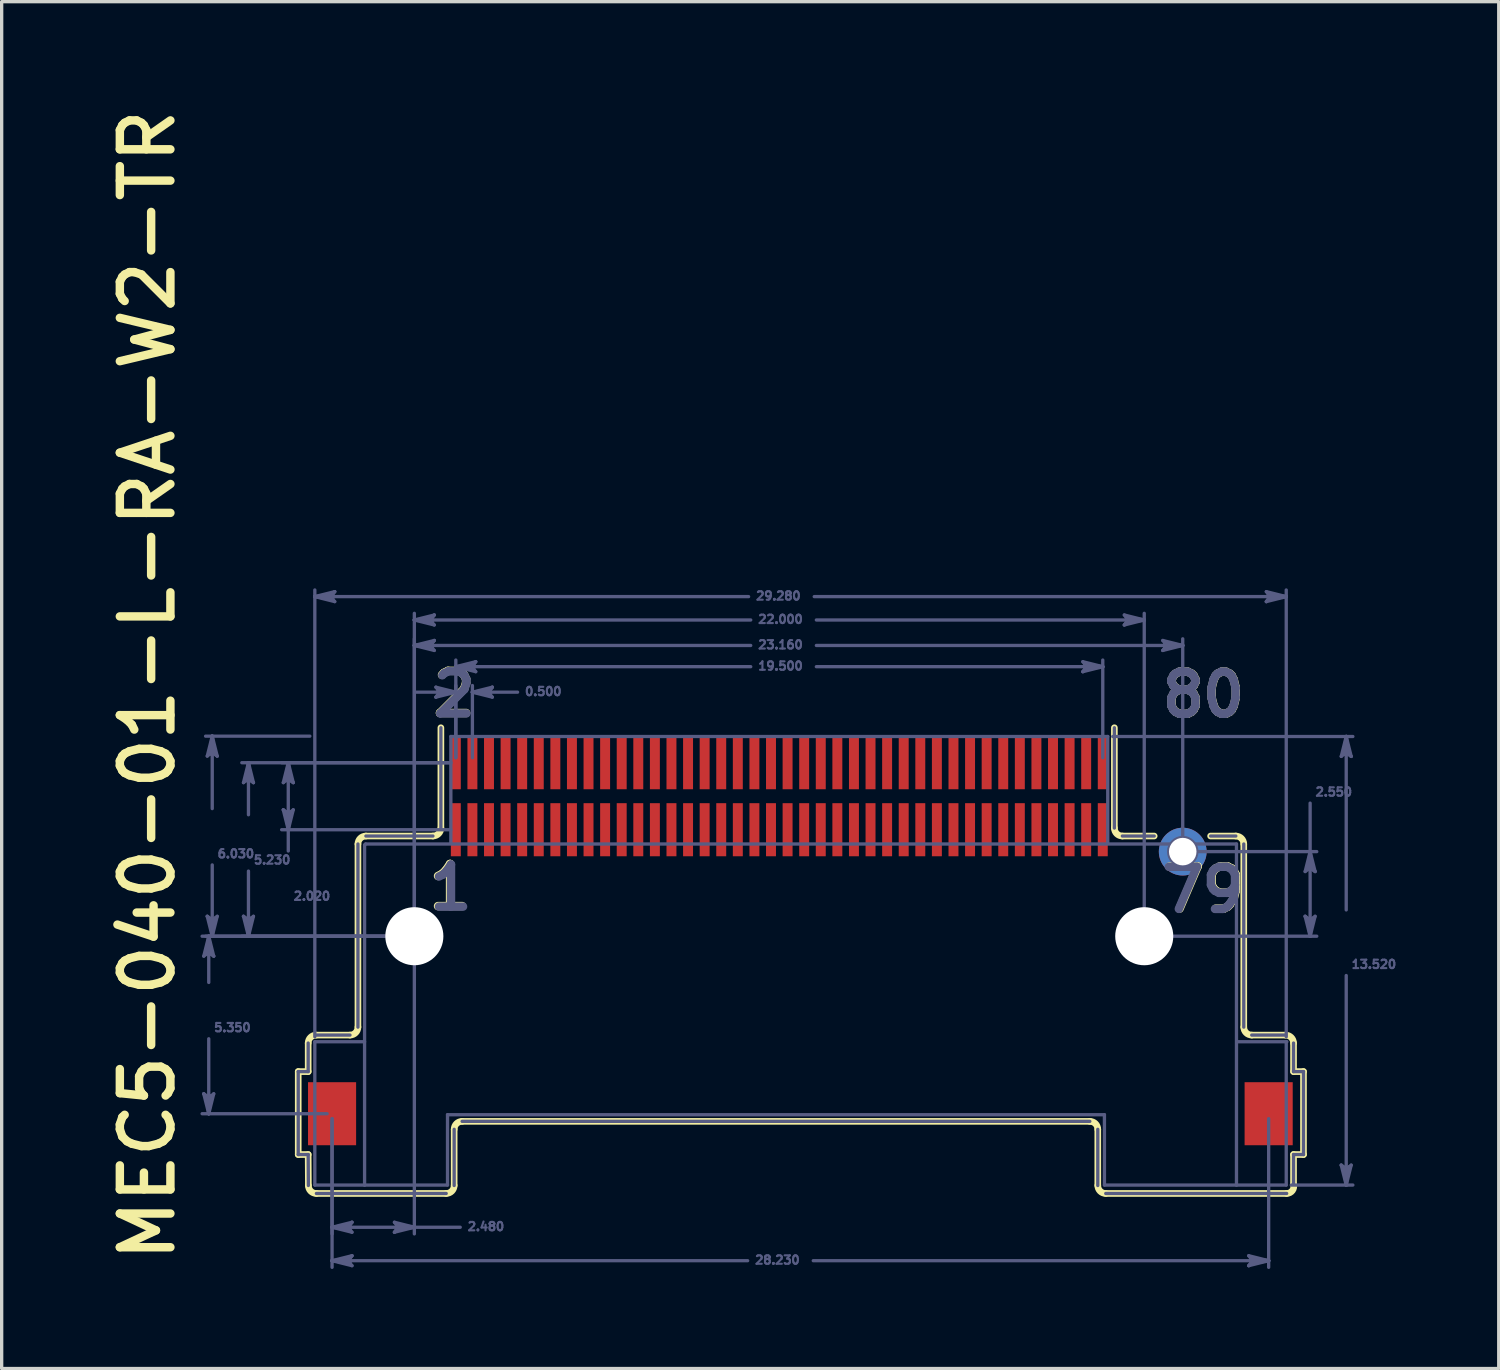
<source format=kicad_pcb>
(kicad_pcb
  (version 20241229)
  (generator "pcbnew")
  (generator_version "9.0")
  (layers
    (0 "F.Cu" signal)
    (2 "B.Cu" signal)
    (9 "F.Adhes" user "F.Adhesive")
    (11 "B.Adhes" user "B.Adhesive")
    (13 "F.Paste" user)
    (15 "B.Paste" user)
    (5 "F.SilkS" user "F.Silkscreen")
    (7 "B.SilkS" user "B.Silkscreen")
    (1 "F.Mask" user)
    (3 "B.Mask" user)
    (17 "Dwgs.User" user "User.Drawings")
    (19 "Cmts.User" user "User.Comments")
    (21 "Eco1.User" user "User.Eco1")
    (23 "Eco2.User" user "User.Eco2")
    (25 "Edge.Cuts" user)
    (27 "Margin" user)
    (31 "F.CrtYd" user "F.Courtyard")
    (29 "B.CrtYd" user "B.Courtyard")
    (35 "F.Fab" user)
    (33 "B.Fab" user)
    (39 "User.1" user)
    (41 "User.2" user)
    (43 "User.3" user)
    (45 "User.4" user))
  (footprint "MEC5-040-01-L-RA-W2-TR"
    (layer "F.Cu")
    (at 20.439 20.949)
    (property "Reference" "MEC5-040-01-L-RA-W2-TR" (at -18.153 14.124 90) (unlocked yes) (layer "F.SilkS") (effects (font (size 1.524 1.524) (thickness 0.254)) (justify left bottom)))
    (fp_circle (center -11 4.22) (end -11.926 4.22) (stroke (width 0.1) (type solid)) (fill no) (layer "F.Mask"))
    (fp_circle (center 11 4.22) (end 10.074 4.22) (stroke (width 0.1) (type solid)) (fill no) (layer "F.Mask"))
    (fp_circle (center 12.16 1.67) (end 11.389 1.67) (stroke (width 0.1) (type solid)) (fill no) (layer "F.Mask"))
    (fp_poly (pts (xy -12.704 10.571) (xy -14.256 10.571) (xy -14.256 8.569) (xy -12.704 8.569)) (stroke (width 0) (type default)) (fill yes) (layer "F.Mask"))
    (fp_poly (pts (xy -9.549 -0.159) (xy -9.951 -0.159) (xy -9.951 -1.861) (xy -9.549 -1.861)) (stroke (width 0) (type default)) (fill yes) (layer "F.Mask"))
    (fp_poly (pts (xy -9.549 1.861) (xy -9.951 1.861) (xy -9.951 0.159) (xy -9.549 0.159)) (stroke (width 0) (type default)) (fill yes) (layer "F.Mask"))
    (fp_poly (pts (xy -9.049 -0.159) (xy -9.451 -0.159) (xy -9.451 -1.861) (xy -9.049 -1.861)) (stroke (width 0) (type default)) (fill yes) (layer "F.Mask"))
    (fp_poly (pts (xy -9.049 1.861) (xy -9.451 1.861) (xy -9.451 0.159) (xy -9.049 0.159)) (stroke (width 0) (type default)) (fill yes) (layer "F.Mask"))
    (fp_poly (pts (xy -8.549 -0.159) (xy -8.951 -0.159) (xy -8.951 -1.861) (xy -8.549 -1.861)) (stroke (width 0) (type default)) (fill yes) (layer "F.Mask"))
    (fp_poly (pts (xy -8.549 1.861) (xy -8.951 1.861) (xy -8.951 0.159) (xy -8.549 0.159)) (stroke (width 0) (type default)) (fill yes) (layer "F.Mask"))
    (fp_poly (pts (xy -8.049 -0.159) (xy -8.451 -0.159) (xy -8.451 -1.861) (xy -8.049 -1.861)) (stroke (width 0) (type default)) (fill yes) (layer "F.Mask"))
    (fp_poly (pts (xy -8.049 1.861) (xy -8.451 1.861) (xy -8.451 0.159) (xy -8.049 0.159)) (stroke (width 0) (type default)) (fill yes) (layer "F.Mask"))
    (fp_poly (pts (xy -7.549 -0.159) (xy -7.951 -0.159) (xy -7.951 -1.861) (xy -7.549 -1.861)) (stroke (width 0) (type default)) (fill yes) (layer "F.Mask"))
    (fp_poly (pts (xy -7.549 1.861) (xy -7.951 1.861) (xy -7.951 0.159) (xy -7.549 0.159)) (stroke (width 0) (type default)) (fill yes) (layer "F.Mask"))
    (fp_poly (pts (xy -7.049 -0.159) (xy -7.451 -0.159) (xy -7.451 -1.861) (xy -7.049 -1.861)) (stroke (width 0) (type default)) (fill yes) (layer "F.Mask"))
    (fp_poly (pts (xy -7.049 1.861) (xy -7.451 1.861) (xy -7.451 0.159) (xy -7.049 0.159)) (stroke (width 0) (type default)) (fill yes) (layer "F.Mask"))
    (fp_poly (pts (xy -6.549 -0.159) (xy -6.951 -0.159) (xy -6.951 -1.861) (xy -6.549 -1.861)) (stroke (width 0) (type default)) (fill yes) (layer "F.Mask"))
    (fp_poly (pts (xy -6.549 1.861) (xy -6.951 1.861) (xy -6.951 0.159) (xy -6.549 0.159)) (stroke (width 0) (type default)) (fill yes) (layer "F.Mask"))
    (fp_poly (pts (xy -6.049 -0.159) (xy -6.451 -0.159) (xy -6.451 -1.861) (xy -6.049 -1.861)) (stroke (width 0) (type default)) (fill yes) (layer "F.Mask"))
    (fp_poly (pts (xy -6.049 1.861) (xy -6.451 1.861) (xy -6.451 0.159) (xy -6.049 0.159)) (stroke (width 0) (type default)) (fill yes) (layer "F.Mask"))
    (fp_poly (pts (xy -5.549 -0.159) (xy -5.951 -0.159) (xy -5.951 -1.861) (xy -5.549 -1.861)) (stroke (width 0) (type default)) (fill yes) (layer "F.Mask"))
    (fp_poly (pts (xy -5.549 1.861) (xy -5.951 1.861) (xy -5.951 0.159) (xy -5.549 0.159)) (stroke (width 0) (type default)) (fill yes) (layer "F.Mask"))
    (fp_poly (pts (xy -5.049 -0.159) (xy -5.451 -0.159) (xy -5.451 -1.861) (xy -5.049 -1.861)) (stroke (width 0) (type default)) (fill yes) (layer "F.Mask"))
    (fp_poly (pts (xy -5.049 1.861) (xy -5.451 1.861) (xy -5.451 0.159) (xy -5.049 0.159)) (stroke (width 0) (type default)) (fill yes) (layer "F.Mask"))
    (fp_poly (pts (xy -4.549 -0.159) (xy -4.951 -0.159) (xy -4.951 -1.861) (xy -4.549 -1.861)) (stroke (width 0) (type default)) (fill yes) (layer "F.Mask"))
    (fp_poly (pts (xy -4.549 1.861) (xy -4.951 1.861) (xy -4.951 0.159) (xy -4.549 0.159)) (stroke (width 0) (type default)) (fill yes) (layer "F.Mask"))
    (fp_poly (pts (xy -4.049 -0.159) (xy -4.451 -0.159) (xy -4.451 -1.861) (xy -4.049 -1.861)) (stroke (width 0) (type default)) (fill yes) (layer "F.Mask"))
    (fp_poly (pts (xy -4.049 1.861) (xy -4.451 1.861) (xy -4.451 0.159) (xy -4.049 0.159)) (stroke (width 0) (type default)) (fill yes) (layer "F.Mask"))
    (fp_poly (pts (xy -3.549 -0.159) (xy -3.951 -0.159) (xy -3.951 -1.861) (xy -3.549 -1.861)) (stroke (width 0) (type default)) (fill yes) (layer "F.Mask"))
    (fp_poly (pts (xy -3.549 1.861) (xy -3.951 1.861) (xy -3.951 0.159) (xy -3.549 0.159)) (stroke (width 0) (type default)) (fill yes) (layer "F.Mask"))
    (fp_poly (pts (xy -3.049 -0.159) (xy -3.451 -0.159) (xy -3.451 -1.861) (xy -3.049 -1.861)) (stroke (width 0) (type default)) (fill yes) (layer "F.Mask"))
    (fp_poly (pts (xy -3.049 1.861) (xy -3.451 1.861) (xy -3.451 0.159) (xy -3.049 0.159)) (stroke (width 0) (type default)) (fill yes) (layer "F.Mask"))
    (fp_poly (pts (xy -2.549 -0.159) (xy -2.951 -0.159) (xy -2.951 -1.861) (xy -2.549 -1.861)) (stroke (width 0) (type default)) (fill yes) (layer "F.Mask"))
    (fp_poly (pts (xy -2.549 1.861) (xy -2.951 1.861) (xy -2.951 0.159) (xy -2.549 0.159)) (stroke (width 0) (type default)) (fill yes) (layer "F.Mask"))
    (fp_poly (pts (xy -2.049 -0.159) (xy -2.451 -0.159) (xy -2.451 -1.861) (xy -2.049 -1.861)) (stroke (width 0) (type default)) (fill yes) (layer "F.Mask"))
    (fp_poly (pts (xy -2.049 1.861) (xy -2.451 1.861) (xy -2.451 0.159) (xy -2.049 0.159)) (stroke (width 0) (type default)) (fill yes) (layer "F.Mask"))
    (fp_poly (pts (xy -1.549 -0.159) (xy -1.951 -0.159) (xy -1.951 -1.861) (xy -1.549 -1.861)) (stroke (width 0) (type default)) (fill yes) (layer "F.Mask"))
    (fp_poly (pts (xy -1.549 1.861) (xy -1.951 1.861) (xy -1.951 0.159) (xy -1.549 0.159)) (stroke (width 0) (type default)) (fill yes) (layer "F.Mask"))
    (fp_poly (pts (xy -1.049 -0.159) (xy -1.451 -0.159) (xy -1.451 -1.861) (xy -1.049 -1.861)) (stroke (width 0) (type default)) (fill yes) (layer "F.Mask"))
    (fp_poly (pts (xy -1.049 1.861) (xy -1.451 1.861) (xy -1.451 0.159) (xy -1.049 0.159)) (stroke (width 0) (type default)) (fill yes) (layer "F.Mask"))
    (fp_poly (pts (xy -0.549 -0.159) (xy -0.951 -0.159) (xy -0.951 -1.861) (xy -0.549 -1.861)) (stroke (width 0) (type default)) (fill yes) (layer "F.Mask"))
    (fp_poly (pts (xy -0.549 1.861) (xy -0.951 1.861) (xy -0.951 0.159) (xy -0.549 0.159)) (stroke (width 0) (type default)) (fill yes) (layer "F.Mask"))
    (fp_poly (pts (xy -0.049 -0.159) (xy -0.451 -0.159) (xy -0.451 -1.861) (xy -0.049 -1.861)) (stroke (width 0) (type default)) (fill yes) (layer "F.Mask"))
    (fp_poly (pts (xy -0.049 1.861) (xy -0.451 1.861) (xy -0.451 0.159) (xy -0.049 0.159)) (stroke (width 0) (type default)) (fill yes) (layer "F.Mask"))
    (fp_poly (pts (xy 0.451 -0.159) (xy 0.049 -0.159) (xy 0.049 -1.861) (xy 0.451 -1.861)) (stroke (width 0) (type default)) (fill yes) (layer "F.Mask"))
    (fp_poly (pts (xy 0.451 1.861) (xy 0.049 1.861) (xy 0.049 0.159) (xy 0.451 0.159)) (stroke (width 0) (type default)) (fill yes) (layer "F.Mask"))
    (fp_poly (pts (xy 0.951 -0.159) (xy 0.549 -0.159) (xy 0.549 -1.861) (xy 0.951 -1.861)) (stroke (width 0) (type default)) (fill yes) (layer "F.Mask"))
    (fp_poly (pts (xy 0.951 1.861) (xy 0.549 1.861) (xy 0.549 0.159) (xy 0.951 0.159)) (stroke (width 0) (type default)) (fill yes) (layer "F.Mask"))
    (fp_poly (pts (xy 1.451 -0.159) (xy 1.049 -0.159) (xy 1.049 -1.861) (xy 1.451 -1.861)) (stroke (width 0) (type default)) (fill yes) (layer "F.Mask"))
    (fp_poly (pts (xy 1.451 1.861) (xy 1.049 1.861) (xy 1.049 0.159) (xy 1.451 0.159)) (stroke (width 0) (type default)) (fill yes) (layer "F.Mask"))
    (fp_poly (pts (xy 1.951 -0.159) (xy 1.549 -0.159) (xy 1.549 -1.861) (xy 1.951 -1.861)) (stroke (width 0) (type default)) (fill yes) (layer "F.Mask"))
    (fp_poly (pts (xy 1.951 1.861) (xy 1.549 1.861) (xy 1.549 0.159) (xy 1.951 0.159)) (stroke (width 0) (type default)) (fill yes) (layer "F.Mask"))
    (fp_poly (pts (xy 2.451 -0.159) (xy 2.049 -0.159) (xy 2.049 -1.861) (xy 2.451 -1.861)) (stroke (width 0) (type default)) (fill yes) (layer "F.Mask"))
    (fp_poly (pts (xy 2.451 1.861) (xy 2.049 1.861) (xy 2.049 0.159) (xy 2.451 0.159)) (stroke (width 0) (type default)) (fill yes) (layer "F.Mask"))
    (fp_poly (pts (xy 2.951 -0.159) (xy 2.549 -0.159) (xy 2.549 -1.861) (xy 2.951 -1.861)) (stroke (width 0) (type default)) (fill yes) (layer "F.Mask"))
    (fp_poly (pts (xy 2.951 1.861) (xy 2.549 1.861) (xy 2.549 0.159) (xy 2.951 0.159)) (stroke (width 0) (type default)) (fill yes) (layer "F.Mask"))
    (fp_poly (pts (xy 3.451 -0.159) (xy 3.049 -0.159) (xy 3.049 -1.861) (xy 3.451 -1.861)) (stroke (width 0) (type default)) (fill yes) (layer "F.Mask"))
    (fp_poly (pts (xy 3.451 1.861) (xy 3.049 1.861) (xy 3.049 0.159) (xy 3.451 0.159)) (stroke (width 0) (type default)) (fill yes) (layer "F.Mask"))
    (fp_poly (pts (xy 3.951 -0.159) (xy 3.549 -0.159) (xy 3.549 -1.861) (xy 3.951 -1.861)) (stroke (width 0) (type default)) (fill yes) (layer "F.Mask"))
    (fp_poly (pts (xy 3.951 1.861) (xy 3.549 1.861) (xy 3.549 0.159) (xy 3.951 0.159)) (stroke (width 0) (type default)) (fill yes) (layer "F.Mask"))
    (fp_poly (pts (xy 4.451 -0.159) (xy 4.049 -0.159) (xy 4.049 -1.861) (xy 4.451 -1.861)) (stroke (width 0) (type default)) (fill yes) (layer "F.Mask"))
    (fp_poly (pts (xy 4.451 1.861) (xy 4.049 1.861) (xy 4.049 0.159) (xy 4.451 0.159)) (stroke (width 0) (type default)) (fill yes) (layer "F.Mask"))
    (fp_poly (pts (xy 4.951 -0.159) (xy 4.549 -0.159) (xy 4.549 -1.861) (xy 4.951 -1.861)) (stroke (width 0) (type default)) (fill yes) (layer "F.Mask"))
    (fp_poly (pts (xy 4.951 1.861) (xy 4.549 1.861) (xy 4.549 0.159) (xy 4.951 0.159)) (stroke (width 0) (type default)) (fill yes) (layer "F.Mask"))
    (fp_poly (pts (xy 5.451 -0.159) (xy 5.049 -0.159) (xy 5.049 -1.861) (xy 5.451 -1.861)) (stroke (width 0) (type default)) (fill yes) (layer "F.Mask"))
    (fp_poly (pts (xy 5.451 1.861) (xy 5.049 1.861) (xy 5.049 0.159) (xy 5.451 0.159)) (stroke (width 0) (type default)) (fill yes) (layer "F.Mask"))
    (fp_poly (pts (xy 5.951 -0.159) (xy 5.549 -0.159) (xy 5.549 -1.861) (xy 5.951 -1.861)) (stroke (width 0) (type default)) (fill yes) (layer "F.Mask"))
    (fp_poly (pts (xy 5.951 1.861) (xy 5.549 1.861) (xy 5.549 0.159) (xy 5.951 0.159)) (stroke (width 0) (type default)) (fill yes) (layer "F.Mask"))
    (fp_poly (pts (xy 6.451 -0.159) (xy 6.049 -0.159) (xy 6.049 -1.861) (xy 6.451 -1.861)) (stroke (width 0) (type default)) (fill yes) (layer "F.Mask"))
    (fp_poly (pts (xy 6.451 1.861) (xy 6.049 1.861) (xy 6.049 0.159) (xy 6.451 0.159)) (stroke (width 0) (type default)) (fill yes) (layer "F.Mask"))
    (fp_poly (pts (xy 6.951 -0.159) (xy 6.549 -0.159) (xy 6.549 -1.861) (xy 6.951 -1.861)) (stroke (width 0) (type default)) (fill yes) (layer "F.Mask"))
    (fp_poly (pts (xy 6.951 1.861) (xy 6.549 1.861) (xy 6.549 0.159) (xy 6.951 0.159)) (stroke (width 0) (type default)) (fill yes) (layer "F.Mask"))
    (fp_poly (pts (xy 7.451 -0.159) (xy 7.049 -0.159) (xy 7.049 -1.861) (xy 7.451 -1.861)) (stroke (width 0) (type default)) (fill yes) (layer "F.Mask"))
    (fp_poly (pts (xy 7.451 1.861) (xy 7.049 1.861) (xy 7.049 0.159) (xy 7.451 0.159)) (stroke (width 0) (type default)) (fill yes) (layer "F.Mask"))
    (fp_poly (pts (xy 7.951 -0.159) (xy 7.549 -0.159) (xy 7.549 -1.861) (xy 7.951 -1.861)) (stroke (width 0) (type default)) (fill yes) (layer "F.Mask"))
    (fp_poly (pts (xy 7.951 1.861) (xy 7.549 1.861) (xy 7.549 0.159) (xy 7.951 0.159)) (stroke (width 0) (type default)) (fill yes) (layer "F.Mask"))
    (fp_poly (pts (xy 8.451 -0.159) (xy 8.049 -0.159) (xy 8.049 -1.861) (xy 8.451 -1.861)) (stroke (width 0) (type default)) (fill yes) (layer "F.Mask"))
    (fp_poly (pts (xy 8.451 1.861) (xy 8.049 1.861) (xy 8.049 0.159) (xy 8.451 0.159)) (stroke (width 0) (type default)) (fill yes) (layer "F.Mask"))
    (fp_poly (pts (xy 8.951 -0.159) (xy 8.549 -0.159) (xy 8.549 -1.861) (xy 8.951 -1.861)) (stroke (width 0) (type default)) (fill yes) (layer "F.Mask"))
    (fp_poly (pts (xy 8.951 1.861) (xy 8.549 1.861) (xy 8.549 0.159) (xy 8.951 0.159)) (stroke (width 0) (type default)) (fill yes) (layer "F.Mask"))
    (fp_poly (pts (xy 9.451 -0.159) (xy 9.049 -0.159) (xy 9.049 -1.861) (xy 9.451 -1.861)) (stroke (width 0) (type default)) (fill yes) (layer "F.Mask"))
    (fp_poly (pts (xy 9.451 1.861) (xy 9.049 1.861) (xy 9.049 0.159) (xy 9.451 0.159)) (stroke (width 0) (type default)) (fill yes) (layer "F.Mask"))
    (fp_poly (pts (xy 9.951 -0.159) (xy 9.549 -0.159) (xy 9.549 -1.861) (xy 9.951 -1.861)) (stroke (width 0) (type default)) (fill yes) (layer "F.Mask"))
    (fp_poly (pts (xy 9.951 1.861) (xy 9.549 1.861) (xy 9.549 0.159) (xy 9.951 0.159)) (stroke (width 0) (type default)) (fill yes) (layer "F.Mask"))
    (fp_poly (pts (xy 15.526 10.571) (xy 13.974 10.571) (xy 13.974 8.569) (xy 15.526 8.569)) (stroke (width 0) (type default)) (fill yes) (layer "F.Mask"))
    (fp_circle (center -11 4.22) (end -11.926 4.22) (stroke (width 0.1) (type solid)) (fill no) (layer "B.Mask"))
    (fp_circle (center 11 4.22) (end 10.074 4.22) (stroke (width 0.1) (type solid)) (fill no) (layer "B.Mask"))
    (fp_circle (center 12.16 1.67) (end 11.389 1.67) (stroke (width 0.1) (type solid)) (fill no) (layer "B.Mask"))
    (fp_line (start -14.5 10.8) (end -14.5 8.3) (stroke (width 0.2) (type solid)) (layer "F.SilkS"))
    (fp_line (start -14.2 8.3) (end -14.5 8.3) (stroke (width 0.2) (type solid)) (layer "F.SilkS"))
    (fp_line (start -14.2 8.3) (end -14.2 7.44) (stroke (width 0.2) (type solid)) (layer "F.SilkS"))
    (fp_line (start -14.2 10.8) (end -14.5 10.8) (stroke (width 0.2) (type solid)) (layer "F.SilkS"))
    (fp_line (start -14.194 11.733) (end -14.2 10.8) (stroke (width 0.2) (type solid)) (layer "F.SilkS"))
    (fp_line (start -12.94 7.2) (end -13.96 7.2) (stroke (width 0.2) (type solid)) (layer "F.SilkS"))
    (fp_line (start -12.7 6.96) (end -12.7 1.44) (stroke (width 0.2) (type solid)) (layer "F.SilkS"))
    (fp_line (start -10.44 1.2) (end -12.46 1.2) (stroke (width 0.2) (type solid)) (layer "F.SilkS"))
    (fp_line (start -10.2 0.96) (end -10.2 -2.064) (stroke (width 0.2) (type solid)) (layer "F.SilkS"))
    (fp_line (start -10.04 11.974) (end -13.953 11.974) (stroke (width 0.2) (type solid)) (layer "F.SilkS"))
    (fp_line (start -9.8 11.734) (end -9.8 10.04) (stroke (width 0.2) (type solid)) (layer "F.SilkS"))
    (fp_line (start 9.36 9.8) (end -9.56 9.8) (stroke (width 0.2) (type solid)) (layer "F.SilkS"))
    (fp_line (start 9.6 11.734) (end 9.6 10.04) (stroke (width 0.2) (type solid)) (layer "F.SilkS"))
    (fp_line (start 10.1 0.96) (end 10.1 -2.064) (stroke (width 0.2) (type solid)) (layer "F.SilkS"))
    (fp_line (start 11.3 1.2) (end 10.34 1.2) (stroke (width 0.2) (type solid)) (layer "F.SilkS"))
    (fp_line (start 13.76 1.2) (end 13 1.2) (stroke (width 0.2) (type solid)) (layer "F.SilkS"))
    (fp_line (start 14 6.96) (end 14 1.44) (stroke (width 0.2) (type solid)) (layer "F.SilkS"))
    (fp_line (start 15.26 7.2) (end 14.24 7.2) (stroke (width 0.2) (type solid)) (layer "F.SilkS"))
    (fp_line (start 15.293 11.974) (end 9.84 11.974) (stroke (width 0.2) (type solid)) (layer "F.SilkS"))
    (fp_line (start 15.5 8.3) (end 15.5 7.44) (stroke (width 0.2) (type solid)) (layer "F.SilkS"))
    (fp_line (start 15.5 11.7) (end 15.5 10.8) (stroke (width 0.2) (type solid)) (layer "F.SilkS"))
    (fp_line (start 15.8 8.3) (end 15.5 8.3) (stroke (width 0.2) (type solid)) (layer "F.SilkS"))
    (fp_line (start 15.8 10.8) (end 15.5 10.8) (stroke (width 0.2) (type solid)) (layer "F.SilkS"))
    (fp_line (start 15.8 10.8) (end 15.8 8.3) (stroke (width 0.2) (type solid)) (layer "F.SilkS"))
    (fp_arc (start -14.2 7.44) (mid -14.129706 7.270294) (end -13.96 7.2) (stroke (width 0.2) (type solid)) (layer "F.SilkS"))
    (fp_arc (start -13.953 11.974) (mid -14.123413 11.903413) (end -14.194 11.733) (stroke (width 0.2) (type solid)) (layer "F.SilkS"))
    (fp_arc (start -12.7 1.44) (mid -12.629706 1.270294) (end -12.46 1.2) (stroke (width 0.2) (type solid)) (layer "F.SilkS"))
    (fp_arc (start -12.7 6.96) (mid -12.770294 7.129706) (end -12.94 7.2) (stroke (width 0.2) (type solid)) (layer "F.SilkS"))
    (fp_arc (start -10.2 0.96) (mid -10.270294 1.129706) (end -10.44 1.2) (stroke (width 0.2) (type solid)) (layer "F.SilkS"))
    (fp_arc (start -9.8 10.04) (mid -9.729706 9.870294) (end -9.56 9.8) (stroke (width 0.2) (type solid)) (layer "F.SilkS"))
    (fp_arc (start -9.8 11.734) (mid -9.870294 11.903706) (end -10.04 11.974) (stroke (width 0.2) (type solid)) (layer "F.SilkS"))
    (fp_arc (start 9.36 9.8) (mid 9.529706 9.870294) (end 9.6 10.04) (stroke (width 0.2) (type solid)) (layer "F.SilkS"))
    (fp_arc (start 9.84 11.974) (mid 9.670294 11.903706) (end 9.6 11.734) (stroke (width 0.2) (type solid)) (layer "F.SilkS"))
    (fp_arc (start 10.34 1.2) (mid 10.170294 1.129706) (end 10.1 0.96) (stroke (width 0.2) (type solid)) (layer "F.SilkS"))
    (fp_arc (start 13.76 1.2) (mid 13.929706 1.270294) (end 14 1.44) (stroke (width 0.2) (type solid)) (layer "F.SilkS"))
    (fp_arc (start 14.24 7.2) (mid 14.070294 7.129706) (end 14 6.96) (stroke (width 0.2) (type solid)) (layer "F.SilkS"))
    (fp_arc (start 15.26 7.2) (mid 15.429706 7.270294) (end 15.5 7.44) (stroke (width 0.2) (type solid)) (layer "F.SilkS"))
    (fp_arc (start 15.499775 11.699212) (mid 15.464747 11.888241) (end 15.2927 11.97401) (stroke (width 0.2) (type solid)) (layer "F.SilkS"))
    (fp_circle (center 12.16 1.67) (end 11.045 1.67) (stroke (width 0.1) (type solid)) (fill no) (layer "F.Paste"))
    (fp_poly (pts (xy -12.755 10.52) (xy -14.205 10.52) (xy -14.205 8.62) (xy -12.755 8.62)) (stroke (width 0) (type default)) (fill yes) (layer "F.Paste"))
    (fp_poly (pts (xy -9.6 -0.21) (xy -9.9 -0.21) (xy -9.9 -1.81) (xy -9.6 -1.81)) (stroke (width 0) (type default)) (fill yes) (layer "F.Paste"))
    (fp_poly (pts (xy -9.6 1.81) (xy -9.9 1.81) (xy -9.9 0.21) (xy -9.6 0.21)) (stroke (width 0) (type default)) (fill yes) (layer "F.Paste"))
    (fp_poly (pts (xy -9.1 -0.21) (xy -9.4 -0.21) (xy -9.4 -1.81) (xy -9.1 -1.81)) (stroke (width 0) (type default)) (fill yes) (layer "F.Paste"))
    (fp_poly (pts (xy -9.1 1.81) (xy -9.4 1.81) (xy -9.4 0.21) (xy -9.1 0.21)) (stroke (width 0) (type default)) (fill yes) (layer "F.Paste"))
    (fp_poly (pts (xy -8.6 -0.21) (xy -8.9 -0.21) (xy -8.9 -1.81) (xy -8.6 -1.81)) (stroke (width 0) (type default)) (fill yes) (layer "F.Paste"))
    (fp_poly (pts (xy -8.6 1.81) (xy -8.9 1.81) (xy -8.9 0.21) (xy -8.6 0.21)) (stroke (width 0) (type default)) (fill yes) (layer "F.Paste"))
    (fp_poly (pts (xy -8.1 -0.21) (xy -8.4 -0.21) (xy -8.4 -1.81) (xy -8.1 -1.81)) (stroke (width 0) (type default)) (fill yes) (layer "F.Paste"))
    (fp_poly (pts (xy -8.1 1.81) (xy -8.4 1.81) (xy -8.4 0.21) (xy -8.1 0.21)) (stroke (width 0) (type default)) (fill yes) (layer "F.Paste"))
    (fp_poly (pts (xy -7.6 -0.21) (xy -7.9 -0.21) (xy -7.9 -1.81) (xy -7.6 -1.81)) (stroke (width 0) (type default)) (fill yes) (layer "F.Paste"))
    (fp_poly (pts (xy -7.6 1.81) (xy -7.9 1.81) (xy -7.9 0.21) (xy -7.6 0.21)) (stroke (width 0) (type default)) (fill yes) (layer "F.Paste"))
    (fp_poly (pts (xy -7.1 -0.21) (xy -7.4 -0.21) (xy -7.4 -1.81) (xy -7.1 -1.81)) (stroke (width 0) (type default)) (fill yes) (layer "F.Paste"))
    (fp_poly (pts (xy -7.1 1.81) (xy -7.4 1.81) (xy -7.4 0.21) (xy -7.1 0.21)) (stroke (width 0) (type default)) (fill yes) (layer "F.Paste"))
    (fp_poly (pts (xy -6.6 -0.21) (xy -6.9 -0.21) (xy -6.9 -1.81) (xy -6.6 -1.81)) (stroke (width 0) (type default)) (fill yes) (layer "F.Paste"))
    (fp_poly (pts (xy -6.6 1.81) (xy -6.9 1.81) (xy -6.9 0.21) (xy -6.6 0.21)) (stroke (width 0) (type default)) (fill yes) (layer "F.Paste"))
    (fp_poly (pts (xy -6.1 -0.21) (xy -6.4 -0.21) (xy -6.4 -1.81) (xy -6.1 -1.81)) (stroke (width 0) (type default)) (fill yes) (layer "F.Paste"))
    (fp_poly (pts (xy -6.1 1.81) (xy -6.4 1.81) (xy -6.4 0.21) (xy -6.1 0.21)) (stroke (width 0) (type default)) (fill yes) (layer "F.Paste"))
    (fp_poly (pts (xy -5.6 -0.21) (xy -5.9 -0.21) (xy -5.9 -1.81) (xy -5.6 -1.81)) (stroke (width 0) (type default)) (fill yes) (layer "F.Paste"))
    (fp_poly (pts (xy -5.6 1.81) (xy -5.9 1.81) (xy -5.9 0.21) (xy -5.6 0.21)) (stroke (width 0) (type default)) (fill yes) (layer "F.Paste"))
    (fp_poly (pts (xy -5.1 -0.21) (xy -5.4 -0.21) (xy -5.4 -1.81) (xy -5.1 -1.81)) (stroke (width 0) (type default)) (fill yes) (layer "F.Paste"))
    (fp_poly (pts (xy -5.1 1.81) (xy -5.4 1.81) (xy -5.4 0.21) (xy -5.1 0.21)) (stroke (width 0) (type default)) (fill yes) (layer "F.Paste"))
    (fp_poly (pts (xy -4.6 -0.21) (xy -4.9 -0.21) (xy -4.9 -1.81) (xy -4.6 -1.81)) (stroke (width 0) (type default)) (fill yes) (layer "F.Paste"))
    (fp_poly (pts (xy -4.6 1.81) (xy -4.9 1.81) (xy -4.9 0.21) (xy -4.6 0.21)) (stroke (width 0) (type default)) (fill yes) (layer "F.Paste"))
    (fp_poly (pts (xy -4.1 -0.21) (xy -4.4 -0.21) (xy -4.4 -1.81) (xy -4.1 -1.81)) (stroke (width 0) (type default)) (fill yes) (layer "F.Paste"))
    (fp_poly (pts (xy -4.1 1.81) (xy -4.4 1.81) (xy -4.4 0.21) (xy -4.1 0.21)) (stroke (width 0) (type default)) (fill yes) (layer "F.Paste"))
    (fp_poly (pts (xy -3.6 -0.21) (xy -3.9 -0.21) (xy -3.9 -1.81) (xy -3.6 -1.81)) (stroke (width 0) (type default)) (fill yes) (layer "F.Paste"))
    (fp_poly (pts (xy -3.6 1.81) (xy -3.9 1.81) (xy -3.9 0.21) (xy -3.6 0.21)) (stroke (width 0) (type default)) (fill yes) (layer "F.Paste"))
    (fp_poly (pts (xy -3.1 -0.21) (xy -3.4 -0.21) (xy -3.4 -1.81) (xy -3.1 -1.81)) (stroke (width 0) (type default)) (fill yes) (layer "F.Paste"))
    (fp_poly (pts (xy -3.1 1.81) (xy -3.4 1.81) (xy -3.4 0.21) (xy -3.1 0.21)) (stroke (width 0) (type default)) (fill yes) (layer "F.Paste"))
    (fp_poly (pts (xy -2.6 -0.21) (xy -2.9 -0.21) (xy -2.9 -1.81) (xy -2.6 -1.81)) (stroke (width 0) (type default)) (fill yes) (layer "F.Paste"))
    (fp_poly (pts (xy -2.6 1.81) (xy -2.9 1.81) (xy -2.9 0.21) (xy -2.6 0.21)) (stroke (width 0) (type default)) (fill yes) (layer "F.Paste"))
    (fp_poly (pts (xy -2.1 -0.21) (xy -2.4 -0.21) (xy -2.4 -1.81) (xy -2.1 -1.81)) (stroke (width 0) (type default)) (fill yes) (layer "F.Paste"))
    (fp_poly (pts (xy -2.1 1.81) (xy -2.4 1.81) (xy -2.4 0.21) (xy -2.1 0.21)) (stroke (width 0) (type default)) (fill yes) (layer "F.Paste"))
    (fp_poly (pts (xy -1.6 -0.21) (xy -1.9 -0.21) (xy -1.9 -1.81) (xy -1.6 -1.81)) (stroke (width 0) (type default)) (fill yes) (layer "F.Paste"))
    (fp_poly (pts (xy -1.6 1.81) (xy -1.9 1.81) (xy -1.9 0.21) (xy -1.6 0.21)) (stroke (width 0) (type default)) (fill yes) (layer "F.Paste"))
    (fp_poly (pts (xy -1.1 -0.21) (xy -1.4 -0.21) (xy -1.4 -1.81) (xy -1.1 -1.81)) (stroke (width 0) (type default)) (fill yes) (layer "F.Paste"))
    (fp_poly (pts (xy -1.1 1.81) (xy -1.4 1.81) (xy -1.4 0.21) (xy -1.1 0.21)) (stroke (width 0) (type default)) (fill yes) (layer "F.Paste"))
    (fp_poly (pts (xy -0.6 -0.21) (xy -0.9 -0.21) (xy -0.9 -1.81) (xy -0.6 -1.81)) (stroke (width 0) (type default)) (fill yes) (layer "F.Paste"))
    (fp_poly (pts (xy -0.6 1.81) (xy -0.9 1.81) (xy -0.9 0.21) (xy -0.6 0.21)) (stroke (width 0) (type default)) (fill yes) (layer "F.Paste"))
    (fp_poly (pts (xy -0.1 -0.21) (xy -0.4 -0.21) (xy -0.4 -1.81) (xy -0.1 -1.81)) (stroke (width 0) (type default)) (fill yes) (layer "F.Paste"))
    (fp_poly (pts (xy -0.1 1.81) (xy -0.4 1.81) (xy -0.4 0.21) (xy -0.1 0.21)) (stroke (width 0) (type default)) (fill yes) (layer "F.Paste"))
    (fp_poly (pts (xy 0.4 -0.21) (xy 0.1 -0.21) (xy 0.1 -1.81) (xy 0.4 -1.81)) (stroke (width 0) (type default)) (fill yes) (layer "F.Paste"))
    (fp_poly (pts (xy 0.4 1.81) (xy 0.1 1.81) (xy 0.1 0.21) (xy 0.4 0.21)) (stroke (width 0) (type default)) (fill yes) (layer "F.Paste"))
    (fp_poly (pts (xy 0.9 -0.21) (xy 0.6 -0.21) (xy 0.6 -1.81) (xy 0.9 -1.81)) (stroke (width 0) (type default)) (fill yes) (layer "F.Paste"))
    (fp_poly (pts (xy 0.9 1.81) (xy 0.6 1.81) (xy 0.6 0.21) (xy 0.9 0.21)) (stroke (width 0) (type default)) (fill yes) (layer "F.Paste"))
    (fp_poly (pts (xy 1.4 -0.21) (xy 1.1 -0.21) (xy 1.1 -1.81) (xy 1.4 -1.81)) (stroke (width 0) (type default)) (fill yes) (layer "F.Paste"))
    (fp_poly (pts (xy 1.4 1.81) (xy 1.1 1.81) (xy 1.1 0.21) (xy 1.4 0.21)) (stroke (width 0) (type default)) (fill yes) (layer "F.Paste"))
    (fp_poly (pts (xy 1.9 -0.21) (xy 1.6 -0.21) (xy 1.6 -1.81) (xy 1.9 -1.81)) (stroke (width 0) (type default)) (fill yes) (layer "F.Paste"))
    (fp_poly (pts (xy 1.9 1.81) (xy 1.6 1.81) (xy 1.6 0.21) (xy 1.9 0.21)) (stroke (width 0) (type default)) (fill yes) (layer "F.Paste"))
    (fp_poly (pts (xy 2.4 -0.21) (xy 2.1 -0.21) (xy 2.1 -1.81) (xy 2.4 -1.81)) (stroke (width 0) (type default)) (fill yes) (layer "F.Paste"))
    (fp_poly (pts (xy 2.4 1.81) (xy 2.1 1.81) (xy 2.1 0.21) (xy 2.4 0.21)) (stroke (width 0) (type default)) (fill yes) (layer "F.Paste"))
    (fp_poly (pts (xy 2.9 -0.21) (xy 2.6 -0.21) (xy 2.6 -1.81) (xy 2.9 -1.81)) (stroke (width 0) (type default)) (fill yes) (layer "F.Paste"))
    (fp_poly (pts (xy 2.9 1.81) (xy 2.6 1.81) (xy 2.6 0.21) (xy 2.9 0.21)) (stroke (width 0) (type default)) (fill yes) (layer "F.Paste"))
    (fp_poly (pts (xy 3.4 -0.21) (xy 3.1 -0.21) (xy 3.1 -1.81) (xy 3.4 -1.81)) (stroke (width 0) (type default)) (fill yes) (layer "F.Paste"))
    (fp_poly (pts (xy 3.4 1.81) (xy 3.1 1.81) (xy 3.1 0.21) (xy 3.4 0.21)) (stroke (width 0) (type default)) (fill yes) (layer "F.Paste"))
    (fp_poly (pts (xy 3.9 -0.21) (xy 3.6 -0.21) (xy 3.6 -1.81) (xy 3.9 -1.81)) (stroke (width 0) (type default)) (fill yes) (layer "F.Paste"))
    (fp_poly (pts (xy 3.9 1.81) (xy 3.6 1.81) (xy 3.6 0.21) (xy 3.9 0.21)) (stroke (width 0) (type default)) (fill yes) (layer "F.Paste"))
    (fp_poly (pts (xy 4.4 -0.21) (xy 4.1 -0.21) (xy 4.1 -1.81) (xy 4.4 -1.81)) (stroke (width 0) (type default)) (fill yes) (layer "F.Paste"))
    (fp_poly (pts (xy 4.4 1.81) (xy 4.1 1.81) (xy 4.1 0.21) (xy 4.4 0.21)) (stroke (width 0) (type default)) (fill yes) (layer "F.Paste"))
    (fp_poly (pts (xy 4.9 -0.21) (xy 4.6 -0.21) (xy 4.6 -1.81) (xy 4.9 -1.81)) (stroke (width 0) (type default)) (fill yes) (layer "F.Paste"))
    (fp_poly (pts (xy 4.9 1.81) (xy 4.6 1.81) (xy 4.6 0.21) (xy 4.9 0.21)) (stroke (width 0) (type default)) (fill yes) (layer "F.Paste"))
    (fp_poly (pts (xy 5.4 -0.21) (xy 5.1 -0.21) (xy 5.1 -1.81) (xy 5.4 -1.81)) (stroke (width 0) (type default)) (fill yes) (layer "F.Paste"))
    (fp_poly (pts (xy 5.4 1.81) (xy 5.1 1.81) (xy 5.1 0.21) (xy 5.4 0.21)) (stroke (width 0) (type default)) (fill yes) (layer "F.Paste"))
    (fp_poly (pts (xy 5.9 -0.21) (xy 5.6 -0.21) (xy 5.6 -1.81) (xy 5.9 -1.81)) (stroke (width 0) (type default)) (fill yes) (layer "F.Paste"))
    (fp_poly (pts (xy 5.9 1.81) (xy 5.6 1.81) (xy 5.6 0.21) (xy 5.9 0.21)) (stroke (width 0) (type default)) (fill yes) (layer "F.Paste"))
    (fp_poly (pts (xy 6.4 -0.21) (xy 6.1 -0.21) (xy 6.1 -1.81) (xy 6.4 -1.81)) (stroke (width 0) (type default)) (fill yes) (layer "F.Paste"))
    (fp_poly (pts (xy 6.4 1.81) (xy 6.1 1.81) (xy 6.1 0.21) (xy 6.4 0.21)) (stroke (width 0) (type default)) (fill yes) (layer "F.Paste"))
    (fp_poly (pts (xy 6.9 -0.21) (xy 6.6 -0.21) (xy 6.6 -1.81) (xy 6.9 -1.81)) (stroke (width 0) (type default)) (fill yes) (layer "F.Paste"))
    (fp_poly (pts (xy 6.9 1.81) (xy 6.6 1.81) (xy 6.6 0.21) (xy 6.9 0.21)) (stroke (width 0) (type default)) (fill yes) (layer "F.Paste"))
    (fp_poly (pts (xy 7.4 -0.21) (xy 7.1 -0.21) (xy 7.1 -1.81) (xy 7.4 -1.81)) (stroke (width 0) (type default)) (fill yes) (layer "F.Paste"))
    (fp_poly (pts (xy 7.4 1.81) (xy 7.1 1.81) (xy 7.1 0.21) (xy 7.4 0.21)) (stroke (width 0) (type default)) (fill yes) (layer "F.Paste"))
    (fp_poly (pts (xy 7.9 -0.21) (xy 7.6 -0.21) (xy 7.6 -1.81) (xy 7.9 -1.81)) (stroke (width 0) (type default)) (fill yes) (layer "F.Paste"))
    (fp_poly (pts (xy 7.9 1.81) (xy 7.6 1.81) (xy 7.6 0.21) (xy 7.9 0.21)) (stroke (width 0) (type default)) (fill yes) (layer "F.Paste"))
    (fp_poly (pts (xy 8.4 -0.21) (xy 8.1 -0.21) (xy 8.1 -1.81) (xy 8.4 -1.81)) (stroke (width 0) (type default)) (fill yes) (layer "F.Paste"))
    (fp_poly (pts (xy 8.4 1.81) (xy 8.1 1.81) (xy 8.1 0.21) (xy 8.4 0.21)) (stroke (width 0) (type default)) (fill yes) (layer "F.Paste"))
    (fp_poly (pts (xy 8.9 -0.21) (xy 8.6 -0.21) (xy 8.6 -1.81) (xy 8.9 -1.81)) (stroke (width 0) (type default)) (fill yes) (layer "F.Paste"))
    (fp_poly (pts (xy 8.9 1.81) (xy 8.6 1.81) (xy 8.6 0.21) (xy 8.9 0.21)) (stroke (width 0) (type default)) (fill yes) (layer "F.Paste"))
    (fp_poly (pts (xy 9.4 -0.21) (xy 9.1 -0.21) (xy 9.1 -1.81) (xy 9.4 -1.81)) (stroke (width 0) (type default)) (fill yes) (layer "F.Paste"))
    (fp_poly (pts (xy 9.4 1.81) (xy 9.1 1.81) (xy 9.1 0.21) (xy 9.4 0.21)) (stroke (width 0) (type default)) (fill yes) (layer "F.Paste"))
    (fp_poly (pts (xy 9.9 -0.21) (xy 9.6 -0.21) (xy 9.6 -1.81) (xy 9.9 -1.81)) (stroke (width 0) (type default)) (fill yes) (layer "F.Paste"))
    (fp_poly (pts (xy 9.9 1.81) (xy 9.6 1.81) (xy 9.6 0.21) (xy 9.9 0.21)) (stroke (width 0) (type default)) (fill yes) (layer "F.Paste"))
    (fp_poly (pts (xy 15.475 10.52) (xy 14.025 10.52) (xy 14.025 8.62) (xy 15.475 8.62)) (stroke (width 0) (type default)) (fill yes) (layer "F.Paste"))
    (fp_poly (pts (xy 11.015 0.285) (xy 14.915 0.285) (xy 14.915 6.285) (xy 16.295 6.285) (xy 16.295 7.485) (xy 16.615 7.485) (xy 16.615 11.615) (xy 16.295 11.615) (xy 16.295 12.735) (xy 8.685 12.735) (xy 8.685 10.715) (xy -8.885 10.715) (xy -8.885 12.735) (xy -14.32 12.735) (xy -14.34 12.715) (xy -15.115 12.715) (xy -15.115 11.615) (xy -15.315 11.615) (xy -15.315 7.485) (xy -15.115 7.485) (xy -15.115 6.285) (xy -13.615 6.285) (xy -13.615 0.285) (xy -11.015 0.285) (xy -11.015 -2.825) (xy 11.015 -2.825)) (stroke (width 0.1) (type default)) (fill no) (layer "Eco1.User"))
    (fp_line (start -17.347 4.82) (end -17.197 4.22) (stroke (width 0.1) (type solid)) (layer "B.Fab"))
    (fp_line (start -17.347 4.82) (end -17.197 4.7) (stroke (width 0.1) (type solid)) (layer "B.Fab"))
    (fp_line (start -17.272 4.76) (end -17.197 4.22) (stroke (width 0.1) (type solid)) (layer "B.Fab"))
    (fp_line (start -17.272 4.76) (end -17.197 4.7) (stroke (width 0.1) (type solid)) (layer "B.Fab"))
    (fp_line (start -17.272 9.03) (end -17.347 8.97) (stroke (width 0.1) (type solid)) (layer "B.Fab"))
    (fp_line (start -17.242 -1.21) (end -17.092 -1.81) (stroke (width 0.1) (type solid)) (layer "B.Fab"))
    (fp_line (start -17.242 -1.21) (end -17.092 -1.33) (stroke (width 0.1) (type solid)) (layer "B.Fab"))
    (fp_line (start -17.197 4.7) (end -17.197 4.22) (stroke (width 0.1) (type solid)) (layer "B.Fab"))
    (fp_line (start -17.197 5.613) (end -17.197 4.22) (stroke (width 0.1) (type solid)) (layer "B.Fab"))
    (fp_line (start -17.197 9.09) (end -17.347 8.97) (stroke (width 0.1) (type solid)) (layer "B.Fab"))
    (fp_line (start -17.197 9.09) (end -17.122 9.03) (stroke (width 0.1) (type solid)) (layer "B.Fab"))
    (fp_line (start -17.197 9.09) (end -17.047 8.97) (stroke (width 0.1) (type solid)) (layer "B.Fab"))
    (fp_line (start -17.197 9.57) (end -17.347 8.97) (stroke (width 0.1) (type solid)) (layer "B.Fab"))
    (fp_line (start -17.197 9.57) (end -17.272 9.03) (stroke (width 0.1) (type solid)) (layer "B.Fab"))
    (fp_line (start -17.197 9.57) (end -17.197 7.311) (stroke (width 0.1) (type solid)) (layer "B.Fab"))
    (fp_line (start -17.197 9.57) (end -17.197 9.09) (stroke (width 0.1) (type solid)) (layer "B.Fab"))
    (fp_line (start -17.197 9.57) (end -17.122 9.03) (stroke (width 0.1) (type solid)) (layer "B.Fab"))
    (fp_line (start -17.197 9.57) (end -17.047 8.97) (stroke (width 0.1) (type solid)) (layer "B.Fab"))
    (fp_line (start -17.167 -1.27) (end -17.092 -1.81) (stroke (width 0.1) (type solid)) (layer "B.Fab"))
    (fp_line (start -17.167 -1.27) (end -17.092 -1.33) (stroke (width 0.1) (type solid)) (layer "B.Fab"))
    (fp_line (start -17.167 3.68) (end -17.242 3.62) (stroke (width 0.1) (type solid)) (layer "B.Fab"))
    (fp_line (start -17.122 4.76) (end -17.197 4.22) (stroke (width 0.1) (type solid)) (layer "B.Fab"))
    (fp_line (start -17.092 -1.33) (end -17.092 -1.81) (stroke (width 0.1) (type solid)) (layer "B.Fab"))
    (fp_line (start -17.092 0.373) (end -17.092 -1.81) (stroke (width 0.1) (type solid)) (layer "B.Fab"))
    (fp_line (start -17.092 3.74) (end -17.242 3.62) (stroke (width 0.1) (type solid)) (layer "B.Fab"))
    (fp_line (start -17.092 3.74) (end -17.017 3.68) (stroke (width 0.1) (type solid)) (layer "B.Fab"))
    (fp_line (start -17.092 3.74) (end -16.942 3.62) (stroke (width 0.1) (type solid)) (layer "B.Fab"))
    (fp_line (start -17.092 4.22) (end -17.242 3.62) (stroke (width 0.1) (type solid)) (layer "B.Fab"))
    (fp_line (start -17.092 4.22) (end -17.167 3.68) (stroke (width 0.1) (type solid)) (layer "B.Fab"))
    (fp_line (start -17.092 4.22) (end -17.092 2.071) (stroke (width 0.1) (type solid)) (layer "B.Fab"))
    (fp_line (start -17.092 4.22) (end -17.092 3.74) (stroke (width 0.1) (type solid)) (layer "B.Fab"))
    (fp_line (start -17.092 4.22) (end -17.017 3.68) (stroke (width 0.1) (type solid)) (layer "B.Fab"))
    (fp_line (start -17.092 4.22) (end -16.942 3.62) (stroke (width 0.1) (type solid)) (layer "B.Fab"))
    (fp_line (start -17.047 4.82) (end -17.197 4.22) (stroke (width 0.1) (type solid)) (layer "B.Fab"))
    (fp_line (start -17.047 4.82) (end -17.197 4.7) (stroke (width 0.1) (type solid)) (layer "B.Fab"))
    (fp_line (start -17.047 4.82) (end -17.122 4.76) (stroke (width 0.1) (type solid)) (layer "B.Fab"))
    (fp_line (start -17.017 -1.27) (end -17.092 -1.81) (stroke (width 0.1) (type solid)) (layer "B.Fab"))
    (fp_line (start -16.942 -1.21) (end -17.092 -1.81) (stroke (width 0.1) (type solid)) (layer "B.Fab"))
    (fp_line (start -16.942 -1.21) (end -17.092 -1.33) (stroke (width 0.1) (type solid)) (layer "B.Fab"))
    (fp_line (start -16.942 -1.21) (end -17.017 -1.27) (stroke (width 0.1) (type solid)) (layer "B.Fab"))
    (fp_line (start -16.15 -0.41) (end -16 -1.01) (stroke (width 0.1) (type solid)) (layer "B.Fab"))
    (fp_line (start -16.15 -0.41) (end -16 -0.53) (stroke (width 0.1) (type solid)) (layer "B.Fab"))
    (fp_line (start -16.075 -0.47) (end -16 -1.01) (stroke (width 0.1) (type solid)) (layer "B.Fab"))
    (fp_line (start -16.075 -0.47) (end -16 -0.53) (stroke (width 0.1) (type solid)) (layer "B.Fab"))
    (fp_line (start -16.075 3.68) (end -16.15 3.62) (stroke (width 0.1) (type solid)) (layer "B.Fab"))
    (fp_line (start -16 -0.53) (end -16 -1.01) (stroke (width 0.1) (type solid)) (layer "B.Fab"))
    (fp_line (start -16 0.559) (end -16 -1.01) (stroke (width 0.1) (type solid)) (layer "B.Fab"))
    (fp_line (start -16 3.74) (end -16.15 3.62) (stroke (width 0.1) (type solid)) (layer "B.Fab"))
    (fp_line (start -16 3.74) (end -15.925 3.68) (stroke (width 0.1) (type solid)) (layer "B.Fab"))
    (fp_line (start -16 3.74) (end -15.85 3.62) (stroke (width 0.1) (type solid)) (layer "B.Fab"))
    (fp_line (start -16 4.22) (end -16.15 3.62) (stroke (width 0.1) (type solid)) (layer "B.Fab"))
    (fp_line (start -16 4.22) (end -16.075 3.68) (stroke (width 0.1) (type solid)) (layer "B.Fab"))
    (fp_line (start -16 4.22) (end -16 2.257) (stroke (width 0.1) (type solid)) (layer "B.Fab"))
    (fp_line (start -16 4.22) (end -16 3.74) (stroke (width 0.1) (type solid)) (layer "B.Fab"))
    (fp_line (start -16 4.22) (end -15.925 3.68) (stroke (width 0.1) (type solid)) (layer "B.Fab"))
    (fp_line (start -16 4.22) (end -15.85 3.62) (stroke (width 0.1) (type solid)) (layer "B.Fab"))
    (fp_line (start -15.925 -0.47) (end -16 -1.01) (stroke (width 0.1) (type solid)) (layer "B.Fab"))
    (fp_line (start -15.85 -0.41) (end -16 -1.01) (stroke (width 0.1) (type solid)) (layer "B.Fab"))
    (fp_line (start -15.85 -0.41) (end -16 -0.53) (stroke (width 0.1) (type solid)) (layer "B.Fab"))
    (fp_line (start -15.85 -0.41) (end -15.925 -0.47) (stroke (width 0.1) (type solid)) (layer "B.Fab"))
    (fp_line (start -14.95 -0.41) (end -14.8 -1.01) (stroke (width 0.1) (type solid)) (layer "B.Fab"))
    (fp_line (start -14.95 -0.41) (end -14.8 -0.53) (stroke (width 0.1) (type solid)) (layer "B.Fab"))
    (fp_line (start -14.875 -0.47) (end -14.8 -1.01) (stroke (width 0.1) (type solid)) (layer "B.Fab"))
    (fp_line (start -14.875 -0.47) (end -14.8 -0.53) (stroke (width 0.1) (type solid)) (layer "B.Fab"))
    (fp_line (start -14.875 0.47) (end -14.95 0.41) (stroke (width 0.1) (type solid)) (layer "B.Fab"))
    (fp_line (start -14.8 -0.53) (end -14.8 -1.01) (stroke (width 0.1) (type solid)) (layer "B.Fab"))
    (fp_line (start -14.8 0.53) (end -14.95 0.41) (stroke (width 0.1) (type solid)) (layer "B.Fab"))
    (fp_line (start -14.8 0.53) (end -14.725 0.47) (stroke (width 0.1) (type solid)) (layer "B.Fab"))
    (fp_line (start -14.8 0.53) (end -14.65 0.41) (stroke (width 0.1) (type solid)) (layer "B.Fab"))
    (fp_line (start -14.8 1.01) (end -14.95 0.41) (stroke (width 0.1) (type solid)) (layer "B.Fab"))
    (fp_line (start -14.8 1.01) (end -14.875 0.47) (stroke (width 0.1) (type solid)) (layer "B.Fab"))
    (fp_line (start -14.8 1.01) (end -14.8 -1.01) (stroke (width 0.1) (type solid)) (layer "B.Fab"))
    (fp_line (start -14.8 1.01) (end -14.8 0.53) (stroke (width 0.1) (type solid)) (layer "B.Fab"))
    (fp_line (start -14.8 1.01) (end -14.725 0.47) (stroke (width 0.1) (type solid)) (layer "B.Fab"))
    (fp_line (start -14.8 1.01) (end -14.65 0.41) (stroke (width 0.1) (type solid)) (layer "B.Fab"))
    (fp_line (start -14.8 1.651) (end -14.8 1.01) (stroke (width 0.1) (type solid)) (layer "B.Fab"))
    (fp_line (start -14.725 -0.47) (end -14.8 -1.01) (stroke (width 0.1) (type solid)) (layer "B.Fab"))
    (fp_line (start -14.65 -0.41) (end -14.8 -1.01) (stroke (width 0.1) (type solid)) (layer "B.Fab"))
    (fp_line (start -14.65 -0.41) (end -14.8 -0.53) (stroke (width 0.1) (type solid)) (layer "B.Fab"))
    (fp_line (start -14.65 -0.41) (end -14.725 -0.47) (stroke (width 0.1) (type solid)) (layer "B.Fab"))
    (fp_line (start -14.5 10.8) (end -14.5 8.3) (stroke (width 0.1) (type solid)) (layer "B.Fab"))
    (fp_line (start -14.2 8.3) (end -14.5 8.3) (stroke (width 0.1) (type solid)) (layer "B.Fab"))
    (fp_line (start -14.2 8.3) (end -14.2 7.44) (stroke (width 0.1) (type solid)) (layer "B.Fab"))
    (fp_line (start -14.2 10.8) (end -14.5 10.8) (stroke (width 0.1) (type solid)) (layer "B.Fab"))
    (fp_line (start -14.194 11.733) (end -14.2 10.8) (stroke (width 0.1) (type solid)) (layer "B.Fab"))
    (fp_line (start -14.15 -1.81) (end -17.292 -1.81) (stroke (width 0.1) (type solid)) (layer "B.Fab"))
    (fp_line (start -14 -6.016) (end -13.46 -6.091) (stroke (width 0.1) (type solid)) (layer "B.Fab"))
    (fp_line (start -14 -6.016) (end -13.4 -6.166) (stroke (width 0.1) (type solid)) (layer "B.Fab"))
    (fp_line (start -14 7.25) (end -14 -6.216) (stroke (width 0.1) (type solid)) (layer "B.Fab"))
    (fp_line (start -14 11.72) (end -14 7.4) (stroke (width 0.1) (type solid)) (layer "B.Fab"))
    (fp_line (start -13.63 9.57) (end -17.397 9.57) (stroke (width 0.1) (type solid)) (layer "B.Fab"))
    (fp_line (start -13.52 -6.016) (end -14 -6.016) (stroke (width 0.1) (type solid)) (layer "B.Fab"))
    (fp_line (start -13.52 -6.016) (end -13.4 -6.166) (stroke (width 0.1) (type solid)) (layer "B.Fab"))
    (fp_line (start -13.48 12.992) (end -12.94 12.917) (stroke (width 0.1) (type solid)) (layer "B.Fab"))
    (fp_line (start -13.48 12.992) (end -12.88 12.842) (stroke (width 0.1) (type solid)) (layer "B.Fab"))
    (fp_line (start -13.48 13.192) (end -13.48 9.72) (stroke (width 0.1) (type solid)) (layer "B.Fab"))
    (fp_line (start -13.48 14) (end -12.94 13.925) (stroke (width 0.1) (type solid)) (layer "B.Fab"))
    (fp_line (start -13.48 14) (end -12.88 13.85) (stroke (width 0.1) (type solid)) (layer "B.Fab"))
    (fp_line (start -13.48 14.2) (end -13.48 9.72) (stroke (width 0.1) (type solid)) (layer "B.Fab"))
    (fp_line (start -13.46 -6.091) (end -13.4 -6.166) (stroke (width 0.1) (type solid)) (layer "B.Fab"))
    (fp_line (start -13.46 -5.941) (end -14 -6.016) (stroke (width 0.1) (type solid)) (layer "B.Fab"))
    (fp_line (start -13.46 -5.941) (end -13.52 -6.016) (stroke (width 0.1) (type solid)) (layer "B.Fab"))
    (fp_line (start -13.4 -5.866) (end -14 -6.016) (stroke (width 0.1) (type solid)) (layer "B.Fab"))
    (fp_line (start -13.4 -5.866) (end -13.52 -6.016) (stroke (width 0.1) (type solid)) (layer "B.Fab"))
    (fp_line (start -13 12.992) (end -13.48 12.992) (stroke (width 0.1) (type solid)) (layer "B.Fab"))
    (fp_line (start -13 12.992) (end -12.88 12.842) (stroke (width 0.1) (type solid)) (layer "B.Fab"))
    (fp_line (start -13 14) (end -13.48 14) (stroke (width 0.1) (type solid)) (layer "B.Fab"))
    (fp_line (start -13 14) (end -12.88 13.85) (stroke (width 0.1) (type solid)) (layer "B.Fab"))
    (fp_line (start -12.94 7.2) (end -13.96 7.2) (stroke (width 0.1) (type solid)) (layer "B.Fab"))
    (fp_line (start -12.94 12.917) (end -12.88 12.842) (stroke (width 0.1) (type solid)) (layer "B.Fab"))
    (fp_line (start -12.94 13.067) (end -13.48 12.992) (stroke (width 0.1) (type solid)) (layer "B.Fab"))
    (fp_line (start -12.94 13.067) (end -13 12.992) (stroke (width 0.1) (type solid)) (layer "B.Fab"))
    (fp_line (start -12.94 13.925) (end -12.88 13.85) (stroke (width 0.1) (type solid)) (layer "B.Fab"))
    (fp_line (start -12.94 14.075) (end -13.48 14) (stroke (width 0.1) (type solid)) (layer "B.Fab"))
    (fp_line (start -12.94 14.075) (end -13 14) (stroke (width 0.1) (type solid)) (layer "B.Fab"))
    (fp_line (start -12.88 13.142) (end -13.48 12.992) (stroke (width 0.1) (type solid)) (layer "B.Fab"))
    (fp_line (start -12.88 13.142) (end -13 12.992) (stroke (width 0.1) (type solid)) (layer "B.Fab"))
    (fp_line (start -12.88 14.15) (end -13.48 14) (stroke (width 0.1) (type solid)) (layer "B.Fab"))
    (fp_line (start -12.88 14.15) (end -13 14) (stroke (width 0.1) (type solid)) (layer "B.Fab"))
    (fp_line (start -12.7 6.96) (end -12.7 1.44) (stroke (width 0.1) (type solid)) (layer "B.Fab"))
    (fp_line (start -12.5 1.47) (end -12.47 1.44) (stroke (width 0.1) (type solid)) (layer "B.Fab"))
    (fp_line (start -12.5 7.4) (end -14 7.4) (stroke (width 0.1) (type solid)) (layer "B.Fab"))
    (fp_line (start -12.5 11.72) (end -14 11.72) (stroke (width 0.1) (type solid)) (layer "B.Fab"))
    (fp_line (start -12.5 11.72) (end -12.5 1.47) (stroke (width 0.1) (type solid)) (layer "B.Fab"))
    (fp_line (start -11.6 13.142) (end -11.54 13.067) (stroke (width 0.1) (type solid)) (layer "B.Fab"))
    (fp_line (start -11.6 13.142) (end -11.48 12.992) (stroke (width 0.1) (type solid)) (layer "B.Fab"))
    (fp_line (start -11.6 13.142) (end -11 12.992) (stroke (width 0.1) (type solid)) (layer "B.Fab"))
    (fp_line (start -11.54 13.067) (end -11 12.992) (stroke (width 0.1) (type solid)) (layer "B.Fab"))
    (fp_line (start -11.48 12.992) (end -11.6 12.842) (stroke (width 0.1) (type solid)) (layer "B.Fab"))
    (fp_line (start -11.48 12.992) (end -11.54 12.917) (stroke (width 0.1) (type solid)) (layer "B.Fab"))
    (fp_line (start -11.15 4.22) (end -17.397 4.22) (stroke (width 0.1) (type solid)) (layer "B.Fab"))
    (fp_line (start -11.15 4.22) (end -17.292 4.22) (stroke (width 0.1) (type solid)) (layer "B.Fab"))
    (fp_line (start -11.15 4.22) (end -16.2 4.22) (stroke (width 0.1) (type solid)) (layer "B.Fab"))
    (fp_line (start -11 -5.312) (end -10.46 -5.387) (stroke (width 0.1) (type solid)) (layer "B.Fab"))
    (fp_line (start -11 -5.312) (end -10.4 -5.462) (stroke (width 0.1) (type solid)) (layer "B.Fab"))
    (fp_line (start -11 -4.544) (end -10.46 -4.619) (stroke (width 0.1) (type solid)) (layer "B.Fab"))
    (fp_line (start -11 -4.544) (end -10.4 -4.694) (stroke (width 0.1) (type solid)) (layer "B.Fab"))
    (fp_line (start -11 4.07) (end -11 -5.512) (stroke (width 0.1) (type solid)) (layer "B.Fab"))
    (fp_line (start -11 4.07) (end -11 -4.744) (stroke (width 0.1) (type solid)) (layer "B.Fab"))
    (fp_line (start -11 12.992) (end -13.48 12.992) (stroke (width 0.1) (type solid)) (layer "B.Fab"))
    (fp_line (start -11 12.992) (end -11.6 12.842) (stroke (width 0.1) (type solid)) (layer "B.Fab"))
    (fp_line (start -11 12.992) (end -11.54 12.917) (stroke (width 0.1) (type solid)) (layer "B.Fab"))
    (fp_line (start -11 12.992) (end -11.48 12.992) (stroke (width 0.1) (type solid)) (layer "B.Fab"))
    (fp_line (start -11 13.192) (end -11 4.37) (stroke (width 0.1) (type solid)) (layer "B.Fab"))
    (fp_line (start -10.52 -5.312) (end -11 -5.312) (stroke (width 0.1) (type solid)) (layer "B.Fab"))
    (fp_line (start -10.52 -5.312) (end -10.4 -5.462) (stroke (width 0.1) (type solid)) (layer "B.Fab"))
    (fp_line (start -10.52 -4.544) (end -11 -4.544) (stroke (width 0.1) (type solid)) (layer "B.Fab"))
    (fp_line (start -10.52 -4.544) (end -10.4 -4.694) (stroke (width 0.1) (type solid)) (layer "B.Fab"))
    (fp_line (start -10.46 -5.387) (end -10.4 -5.462) (stroke (width 0.1) (type solid)) (layer "B.Fab"))
    (fp_line (start -10.46 -5.237) (end -11 -5.312) (stroke (width 0.1) (type solid)) (layer "B.Fab"))
    (fp_line (start -10.46 -5.237) (end -10.52 -5.312) (stroke (width 0.1) (type solid)) (layer "B.Fab"))
    (fp_line (start -10.46 -4.619) (end -10.4 -4.694) (stroke (width 0.1) (type solid)) (layer "B.Fab"))
    (fp_line (start -10.46 -4.469) (end -11 -4.544) (stroke (width 0.1) (type solid)) (layer "B.Fab"))
    (fp_line (start -10.46 -4.469) (end -10.52 -4.544) (stroke (width 0.1) (type solid)) (layer "B.Fab"))
    (fp_line (start -10.44 1.2) (end -12.46 1.2) (stroke (width 0.1) (type solid)) (layer "B.Fab"))
    (fp_line (start -10.4 -5.162) (end -11 -5.312) (stroke (width 0.1) (type solid)) (layer "B.Fab"))
    (fp_line (start -10.4 -5.162) (end -10.52 -5.312) (stroke (width 0.1) (type solid)) (layer "B.Fab"))
    (fp_line (start -10.4 -4.394) (end -11 -4.544) (stroke (width 0.1) (type solid)) (layer "B.Fab"))
    (fp_line (start -10.4 -4.394) (end -10.52 -4.544) (stroke (width 0.1) (type solid)) (layer "B.Fab"))
    (fp_line (start -10.35 -2.986) (end -10.29 -3.061) (stroke (width 0.1) (type solid)) (layer "B.Fab"))
    (fp_line (start -10.35 -2.986) (end -10.23 -3.136) (stroke (width 0.1) (type solid)) (layer "B.Fab"))
    (fp_line (start -10.35 -2.986) (end -9.75 -3.136) (stroke (width 0.1) (type solid)) (layer "B.Fab"))
    (fp_line (start -10.29 -3.061) (end -9.75 -3.136) (stroke (width 0.1) (type solid)) (layer "B.Fab"))
    (fp_line (start -10.23 -3.136) (end -10.35 -3.286) (stroke (width 0.1) (type solid)) (layer "B.Fab"))
    (fp_line (start -10.23 -3.136) (end -10.29 -3.211) (stroke (width 0.1) (type solid)) (layer "B.Fab"))
    (fp_line (start -10.2 0.96) (end -10.2 -2.064) (stroke (width 0.1) (type solid)) (layer "B.Fab"))
    (fp_line (start -10.04 11.974) (end -13.953 11.974) (stroke (width 0.1) (type solid)) (layer "B.Fab"))
    (fp_line (start -10 11.72) (end -12.5 11.72) (stroke (width 0.1) (type solid)) (layer "B.Fab"))
    (fp_line (start -10 11.72) (end -10 9.6) (stroke (width 0.1) (type solid)) (layer "B.Fab"))
    (fp_line (start -9.9 -1.01) (end -16.2 -1.01) (stroke (width 0.1) (type solid)) (layer "B.Fab"))
    (fp_line (start -9.9 -1.01) (end -15 -1.01) (stroke (width 0.1) (type solid)) (layer "B.Fab"))
    (fp_line (start -9.9 1.01) (end -15 1.01) (stroke (width 0.1) (type solid)) (layer "B.Fab"))
    (fp_line (start -9.9 1.4) (end -9.9 -1.8) (stroke (width 0.1) (type solid)) (layer "B.Fab"))
    (fp_line (start -9.8 11.734) (end -9.8 10.04) (stroke (width 0.1) (type solid)) (layer "B.Fab"))
    (fp_line (start -9.75 -3.904) (end -9.21 -3.979) (stroke (width 0.1) (type solid)) (layer "B.Fab"))
    (fp_line (start -9.75 -3.904) (end -9.15 -4.054) (stroke (width 0.1) (type solid)) (layer "B.Fab"))
    (fp_line (start -9.75 -3.136) (end -10.95 -3.136) (stroke (width 0.1) (type solid)) (layer "B.Fab"))
    (fp_line (start -9.75 -3.136) (end -10.35 -3.286) (stroke (width 0.1) (type solid)) (layer "B.Fab"))
    (fp_line (start -9.75 -3.136) (end -10.29 -3.211) (stroke (width 0.1) (type solid)) (layer "B.Fab"))
    (fp_line (start -9.75 -3.136) (end -10.23 -3.136) (stroke (width 0.1) (type solid)) (layer "B.Fab"))
    (fp_line (start -9.75 -1.16) (end -9.75 -4.104) (stroke (width 0.1) (type solid)) (layer "B.Fab"))
    (fp_line (start -9.75 -1.16) (end -9.75 -3.336) (stroke (width 0.1) (type solid)) (layer "B.Fab"))
    (fp_line (start -9.617 12.992) (end -11 12.992) (stroke (width 0.1) (type solid)) (layer "B.Fab"))
    (fp_line (start -9.27 -3.904) (end -9.75 -3.904) (stroke (width 0.1) (type solid)) (layer "B.Fab"))
    (fp_line (start -9.27 -3.904) (end -9.15 -4.054) (stroke (width 0.1) (type solid)) (layer "B.Fab"))
    (fp_line (start -9.25 -3.136) (end -8.71 -3.211) (stroke (width 0.1) (type solid)) (layer "B.Fab"))
    (fp_line (start -9.25 -3.136) (end -8.65 -3.286) (stroke (width 0.1) (type solid)) (layer "B.Fab"))
    (fp_line (start -9.25 -1.16) (end -9.25 -3.336) (stroke (width 0.1) (type solid)) (layer "B.Fab"))
    (fp_line (start -9.21 -3.979) (end -9.15 -4.054) (stroke (width 0.1) (type solid)) (layer "B.Fab"))
    (fp_line (start -9.21 -3.829) (end -9.75 -3.904) (stroke (width 0.1) (type solid)) (layer "B.Fab"))
    (fp_line (start -9.21 -3.829) (end -9.27 -3.904) (stroke (width 0.1) (type solid)) (layer "B.Fab"))
    (fp_line (start -9.15 -3.754) (end -9.75 -3.904) (stroke (width 0.1) (type solid)) (layer "B.Fab"))
    (fp_line (start -9.15 -3.754) (end -9.27 -3.904) (stroke (width 0.1) (type solid)) (layer "B.Fab"))
    (fp_line (start -8.77 -3.136) (end -9.25 -3.136) (stroke (width 0.1) (type solid)) (layer "B.Fab"))
    (fp_line (start -8.77 -3.136) (end -8.65 -3.286) (stroke (width 0.1) (type solid)) (layer "B.Fab"))
    (fp_line (start -8.71 -3.211) (end -8.65 -3.286) (stroke (width 0.1) (type solid)) (layer "B.Fab"))
    (fp_line (start -8.71 -3.061) (end -9.25 -3.136) (stroke (width 0.1) (type solid)) (layer "B.Fab"))
    (fp_line (start -8.71 -3.061) (end -8.77 -3.136) (stroke (width 0.1) (type solid)) (layer "B.Fab"))
    (fp_line (start -8.65 -2.986) (end -9.25 -3.136) (stroke (width 0.1) (type solid)) (layer "B.Fab"))
    (fp_line (start -8.65 -2.986) (end -8.77 -3.136) (stroke (width 0.1) (type solid)) (layer "B.Fab"))
    (fp_line (start -7.889 -3.136) (end -9.25 -3.136) (stroke (width 0.1) (type solid)) (layer "B.Fab"))
    (fp_line (start -0.954 14) (end -13.48 14) (stroke (width 0.1) (type solid)) (layer "B.Fab"))
    (fp_line (start -0.925 -6.016) (end -14 -6.016) (stroke (width 0.1) (type solid)) (layer "B.Fab"))
    (fp_line (start -0.861 -5.312) (end -11 -5.312) (stroke (width 0.1) (type solid)) (layer "B.Fab"))
    (fp_line (start -0.861 -4.544) (end -11 -4.544) (stroke (width 0.1) (type solid)) (layer "B.Fab"))
    (fp_line (start -0.861 -3.904) (end -9.75 -3.904) (stroke (width 0.1) (type solid)) (layer "B.Fab"))
    (fp_line (start 9.15 -3.754) (end 9.21 -3.829) (stroke (width 0.1) (type solid)) (layer "B.Fab"))
    (fp_line (start 9.15 -3.754) (end 9.27 -3.904) (stroke (width 0.1) (type solid)) (layer "B.Fab"))
    (fp_line (start 9.15 -3.754) (end 9.75 -3.904) (stroke (width 0.1) (type solid)) (layer "B.Fab"))
    (fp_line (start 9.21 -3.829) (end 9.75 -3.904) (stroke (width 0.1) (type solid)) (layer "B.Fab"))
    (fp_line (start 9.27 -3.904) (end 9.15 -4.054) (stroke (width 0.1) (type solid)) (layer "B.Fab"))
    (fp_line (start 9.27 -3.904) (end 9.21 -3.979) (stroke (width 0.1) (type solid)) (layer "B.Fab"))
    (fp_line (start 9.36 9.8) (end -9.56 9.8) (stroke (width 0.1) (type solid)) (layer "B.Fab"))
    (fp_line (start 9.6 11.734) (end 9.6 10.04) (stroke (width 0.1) (type solid)) (layer "B.Fab"))
    (fp_line (start 9.75 -3.904) (end 1.117 -3.904) (stroke (width 0.1) (type solid)) (layer "B.Fab"))
    (fp_line (start 9.75 -3.904) (end 9.15 -4.054) (stroke (width 0.1) (type solid)) (layer "B.Fab"))
    (fp_line (start 9.75 -3.904) (end 9.21 -3.979) (stroke (width 0.1) (type solid)) (layer "B.Fab"))
    (fp_line (start 9.75 -3.904) (end 9.27 -3.904) (stroke (width 0.1) (type solid)) (layer "B.Fab"))
    (fp_line (start 9.75 -1.16) (end 9.75 -4.104) (stroke (width 0.1) (type solid)) (layer "B.Fab"))
    (fp_line (start 9.8 9.6) (end -10 9.6) (stroke (width 0.1) (type solid)) (layer "B.Fab"))
    (fp_line (start 9.8 11.72) (end 9.8 9.6) (stroke (width 0.1) (type solid)) (layer "B.Fab"))
    (fp_line (start 9.9 -1.8) (end -9.9 -1.8) (stroke (width 0.1) (type solid)) (layer "B.Fab"))
    (fp_line (start 9.9 1.4) (end 9.9 -1.8) (stroke (width 0.1) (type solid)) (layer "B.Fab"))
    (fp_line (start 10.1 0.96) (end 10.1 -2.064) (stroke (width 0.1) (type solid)) (layer "B.Fab"))
    (fp_line (start 10.4 -5.162) (end 10.46 -5.237) (stroke (width 0.1) (type solid)) (layer "B.Fab"))
    (fp_line (start 10.4 -5.162) (end 10.52 -5.312) (stroke (width 0.1) (type solid)) (layer "B.Fab"))
    (fp_line (start 10.4 -5.162) (end 11 -5.312) (stroke (width 0.1) (type solid)) (layer "B.Fab"))
    (fp_line (start 10.46 -5.237) (end 11 -5.312) (stroke (width 0.1) (type solid)) (layer "B.Fab"))
    (fp_line (start 10.52 -5.312) (end 10.4 -5.462) (stroke (width 0.1) (type solid)) (layer "B.Fab"))
    (fp_line (start 10.52 -5.312) (end 10.46 -5.387) (stroke (width 0.1) (type solid)) (layer "B.Fab"))
    (fp_line (start 11 -5.312) (end 1.117 -5.312) (stroke (width 0.1) (type solid)) (layer "B.Fab"))
    (fp_line (start 11 -5.312) (end 10.4 -5.462) (stroke (width 0.1) (type solid)) (layer "B.Fab"))
    (fp_line (start 11 -5.312) (end 10.46 -5.387) (stroke (width 0.1) (type solid)) (layer "B.Fab"))
    (fp_line (start 11 -5.312) (end 10.52 -5.312) (stroke (width 0.1) (type solid)) (layer "B.Fab"))
    (fp_line (start 11 4.07) (end 11 -5.512) (stroke (width 0.1) (type solid)) (layer "B.Fab"))
    (fp_line (start 11.3 1.2) (end 10.34 1.2) (stroke (width 0.1) (type solid)) (layer "B.Fab"))
    (fp_line (start 11.56 -4.394) (end 11.62 -4.469) (stroke (width 0.1) (type solid)) (layer "B.Fab"))
    (fp_line (start 11.56 -4.394) (end 11.68 -4.544) (stroke (width 0.1) (type solid)) (layer "B.Fab"))
    (fp_line (start 11.56 -4.394) (end 12.16 -4.544) (stroke (width 0.1) (type solid)) (layer "B.Fab"))
    (fp_line (start 11.62 -4.469) (end 12.16 -4.544) (stroke (width 0.1) (type solid)) (layer "B.Fab"))
    (fp_line (start 11.68 -4.544) (end 11.56 -4.694) (stroke (width 0.1) (type solid)) (layer "B.Fab"))
    (fp_line (start 11.68 -4.544) (end 11.62 -4.619) (stroke (width 0.1) (type solid)) (layer "B.Fab"))
    (fp_line (start 12.16 -4.544) (end 1.117 -4.544) (stroke (width 0.1) (type solid)) (layer "B.Fab"))
    (fp_line (start 12.16 -4.544) (end 11.56 -4.694) (stroke (width 0.1) (type solid)) (layer "B.Fab"))
    (fp_line (start 12.16 -4.544) (end 11.62 -4.619) (stroke (width 0.1) (type solid)) (layer "B.Fab"))
    (fp_line (start 12.16 -4.544) (end 11.68 -4.544) (stroke (width 0.1) (type solid)) (layer "B.Fab"))
    (fp_line (start 12.16 1.52) (end 12.16 -4.744) (stroke (width 0.1) (type solid)) (layer "B.Fab"))
    (fp_line (start 13.76 1.2) (end 13 1.2) (stroke (width 0.1) (type solid)) (layer "B.Fab"))
    (fp_line (start 13.78 1.44) (end -12.47 1.44) (stroke (width 0.1) (type solid)) (layer "B.Fab"))
    (fp_line (start 13.78 11.72) (end 9.8 11.72) (stroke (width 0.1) (type solid)) (layer "B.Fab"))
    (fp_line (start 13.78 11.72) (end 13.78 1.44) (stroke (width 0.1) (type solid)) (layer "B.Fab"))
    (fp_line (start 14 6.96) (end 14 1.44) (stroke (width 0.1) (type solid)) (layer "B.Fab"))
    (fp_line (start 14.15 14.15) (end 14.21 14.075) (stroke (width 0.1) (type solid)) (layer "B.Fab"))
    (fp_line (start 14.15 14.15) (end 14.27 14) (stroke (width 0.1) (type solid)) (layer "B.Fab"))
    (fp_line (start 14.15 14.15) (end 14.75 14) (stroke (width 0.1) (type solid)) (layer "B.Fab"))
    (fp_line (start 14.21 14.075) (end 14.75 14) (stroke (width 0.1) (type solid)) (layer "B.Fab"))
    (fp_line (start 14.27 14) (end 14.15 13.85) (stroke (width 0.1) (type solid)) (layer "B.Fab"))
    (fp_line (start 14.27 14) (end 14.21 13.925) (stroke (width 0.1) (type solid)) (layer "B.Fab"))
    (fp_line (start 14.68 -5.866) (end 14.74 -5.941) (stroke (width 0.1) (type solid)) (layer "B.Fab"))
    (fp_line (start 14.68 -5.866) (end 14.8 -6.016) (stroke (width 0.1) (type solid)) (layer "B.Fab"))
    (fp_line (start 14.68 -5.866) (end 15.28 -6.016) (stroke (width 0.1) (type solid)) (layer "B.Fab"))
    (fp_line (start 14.74 -5.941) (end 15.28 -6.016) (stroke (width 0.1) (type solid)) (layer "B.Fab"))
    (fp_line (start 14.75 14) (end 1.024 14) (stroke (width 0.1) (type solid)) (layer "B.Fab"))
    (fp_line (start 14.75 14) (end 14.15 13.85) (stroke (width 0.1) (type solid)) (layer "B.Fab"))
    (fp_line (start 14.75 14) (end 14.21 13.925) (stroke (width 0.1) (type solid)) (layer "B.Fab"))
    (fp_line (start 14.75 14) (end 14.27 14) (stroke (width 0.1) (type solid)) (layer "B.Fab"))
    (fp_line (start 14.75 14.2) (end 14.75 9.72) (stroke (width 0.1) (type solid)) (layer "B.Fab"))
    (fp_line (start 14.8 -6.016) (end 14.68 -6.166) (stroke (width 0.1) (type solid)) (layer "B.Fab"))
    (fp_line (start 14.8 -6.016) (end 14.74 -6.091) (stroke (width 0.1) (type solid)) (layer "B.Fab"))
    (fp_line (start 15.26 7.2) (end 14.24 7.2) (stroke (width 0.1) (type solid)) (layer "B.Fab"))
    (fp_line (start 15.28 -6.016) (end 1.053 -6.016) (stroke (width 0.1) (type solid)) (layer "B.Fab"))
    (fp_line (start 15.28 -6.016) (end 14.68 -6.166) (stroke (width 0.1) (type solid)) (layer "B.Fab"))
    (fp_line (start 15.28 -6.016) (end 14.74 -6.091) (stroke (width 0.1) (type solid)) (layer "B.Fab"))
    (fp_line (start 15.28 -6.016) (end 14.8 -6.016) (stroke (width 0.1) (type solid)) (layer "B.Fab"))
    (fp_line (start 15.28 7.25) (end 15.28 -6.216) (stroke (width 0.1) (type solid)) (layer "B.Fab"))
    (fp_line (start 15.28 11.72) (end 13.78 11.72) (stroke (width 0.1) (type solid)) (layer "B.Fab"))
    (fp_line (start 15.28 11.72) (end 15.28 7.4) (stroke (width 0.1) (type solid)) (layer "B.Fab"))
    (fp_line (start 15.293 11.974) (end 9.84 11.974) (stroke (width 0.1) (type solid)) (layer "B.Fab"))
    (fp_line (start 15.3 7.4) (end 13.8 7.4) (stroke (width 0.1) (type solid)) (layer "B.Fab"))
    (fp_line (start 15.5 8.3) (end 15.5 7.44) (stroke (width 0.1) (type solid)) (layer "B.Fab"))
    (fp_line (start 15.5 11.7) (end 15.5 10.8) (stroke (width 0.1) (type solid)) (layer "B.Fab"))
    (fp_line (start 15.8 8.3) (end 15.5 8.3) (stroke (width 0.1) (type solid)) (layer "B.Fab"))
    (fp_line (start 15.8 10.8) (end 15.5 10.8) (stroke (width 0.1) (type solid)) (layer "B.Fab"))
    (fp_line (start 15.8 10.8) (end 15.8 8.3) (stroke (width 0.1) (type solid)) (layer "B.Fab"))
    (fp_line (start 15.85 2.27) (end 16 1.67) (stroke (width 0.1) (type solid)) (layer "B.Fab"))
    (fp_line (start 15.85 2.27) (end 16 2.15) (stroke (width 0.1) (type solid)) (layer "B.Fab"))
    (fp_line (start 15.925 2.21) (end 16 1.67) (stroke (width 0.1) (type solid)) (layer "B.Fab"))
    (fp_line (start 15.925 2.21) (end 16 2.15) (stroke (width 0.1) (type solid)) (layer "B.Fab"))
    (fp_line (start 15.925 3.68) (end 15.85 3.62) (stroke (width 0.1) (type solid)) (layer "B.Fab"))
    (fp_line (start 16 1.67) (end 16 0.209) (stroke (width 0.1) (type solid)) (layer "B.Fab"))
    (fp_line (start 16 2.15) (end 16 1.67) (stroke (width 0.1) (type solid)) (layer "B.Fab"))
    (fp_line (start 16 3.74) (end 15.85 3.62) (stroke (width 0.1) (type solid)) (layer "B.Fab"))
    (fp_line (start 16 3.74) (end 16.075 3.68) (stroke (width 0.1) (type solid)) (layer "B.Fab"))
    (fp_line (start 16 3.74) (end 16.15 3.62) (stroke (width 0.1) (type solid)) (layer "B.Fab"))
    (fp_line (start 16 4.22) (end 15.85 3.62) (stroke (width 0.1) (type solid)) (layer "B.Fab"))
    (fp_line (start 16 4.22) (end 15.925 3.68) (stroke (width 0.1) (type solid)) (layer "B.Fab"))
    (fp_line (start 16 4.22) (end 16 1.67) (stroke (width 0.1) (type solid)) (layer "B.Fab"))
    (fp_line (start 16 4.22) (end 16 3.74) (stroke (width 0.1) (type solid)) (layer "B.Fab"))
    (fp_line (start 16 4.22) (end 16.075 3.68) (stroke (width 0.1) (type solid)) (layer "B.Fab"))
    (fp_line (start 16 4.22) (end 16.15 3.62) (stroke (width 0.1) (type solid)) (layer "B.Fab"))
    (fp_line (start 16.075 2.21) (end 16 1.67) (stroke (width 0.1) (type solid)) (layer "B.Fab"))
    (fp_line (start 16.15 2.27) (end 16 1.67) (stroke (width 0.1) (type solid)) (layer "B.Fab"))
    (fp_line (start 16.15 2.27) (end 16 2.15) (stroke (width 0.1) (type solid)) (layer "B.Fab"))
    (fp_line (start 16.15 2.27) (end 16.075 2.21) (stroke (width 0.1) (type solid)) (layer "B.Fab"))
    (fp_line (start 16.2 1.67) (end 12.31 1.67) (stroke (width 0.1) (type solid)) (layer "B.Fab"))
    (fp_line (start 16.2 4.22) (end 11.15 4.22) (stroke (width 0.1) (type solid)) (layer "B.Fab"))
    (fp_line (start 16.938 -1.2) (end 17.088 -1.8) (stroke (width 0.1) (type solid)) (layer "B.Fab"))
    (fp_line (start 16.938 -1.2) (end 17.088 -1.32) (stroke (width 0.1) (type solid)) (layer "B.Fab"))
    (fp_line (start 17.013 -1.26) (end 17.088 -1.8) (stroke (width 0.1) (type solid)) (layer "B.Fab"))
    (fp_line (start 17.013 -1.26) (end 17.088 -1.32) (stroke (width 0.1) (type solid)) (layer "B.Fab"))
    (fp_line (start 17.013 11.18) (end 16.938 11.12) (stroke (width 0.1) (type solid)) (layer "B.Fab"))
    (fp_line (start 17.088 -1.32) (end 17.088 -1.8) (stroke (width 0.1) (type solid)) (layer "B.Fab"))
    (fp_line (start 17.088 3.427) (end 17.088 -1.8) (stroke (width 0.1) (type solid)) (layer "B.Fab"))
    (fp_line (start 17.088 11.24) (end 16.938 11.12) (stroke (width 0.1) (type solid)) (layer "B.Fab"))
    (fp_line (start 17.088 11.24) (end 17.163 11.18) (stroke (width 0.1) (type solid)) (layer "B.Fab"))
    (fp_line (start 17.088 11.24) (end 17.238 11.12) (stroke (width 0.1) (type solid)) (layer "B.Fab"))
    (fp_line (start 17.088 11.72) (end 16.938 11.12) (stroke (width 0.1) (type solid)) (layer "B.Fab"))
    (fp_line (start 17.088 11.72) (end 17.013 11.18) (stroke (width 0.1) (type solid)) (layer "B.Fab"))
    (fp_line (start 17.088 11.72) (end 17.088 5.405) (stroke (width 0.1) (type solid)) (layer "B.Fab"))
    (fp_line (start 17.088 11.72) (end 17.088 11.24) (stroke (width 0.1) (type solid)) (layer "B.Fab"))
    (fp_line (start 17.088 11.72) (end 17.163 11.18) (stroke (width 0.1) (type solid)) (layer "B.Fab"))
    (fp_line (start 17.088 11.72) (end 17.238 11.12) (stroke (width 0.1) (type solid)) (layer "B.Fab"))
    (fp_line (start 17.163 -1.26) (end 17.088 -1.8) (stroke (width 0.1) (type solid)) (layer "B.Fab"))
    (fp_line (start 17.238 -1.2) (end 17.088 -1.8) (stroke (width 0.1) (type solid)) (layer "B.Fab"))
    (fp_line (start 17.238 -1.2) (end 17.088 -1.32) (stroke (width 0.1) (type solid)) (layer "B.Fab"))
    (fp_line (start 17.238 -1.2) (end 17.163 -1.26) (stroke (width 0.1) (type solid)) (layer "B.Fab"))
    (fp_line (start 17.288 -1.8) (end 10.05 -1.8) (stroke (width 0.1) (type solid)) (layer "B.Fab"))
    (fp_line (start 17.288 11.72) (end 15.43 11.72) (stroke (width 0.1) (type solid)) (layer "B.Fab"))
    (fp_circle (center 12.16 1.67) (end 11.745 1.67) (stroke (width 0.12) (type solid)) (fill no) (layer "B.Fab"))
    (fp_text user "1" (at -10.695 3.48 0) (unlocked yes) (layer "F.SilkS") (effects (font (size 1.27 1.27) (thickness 0.254)) (justify left bottom)))
    (fp_text user "2" (at -10.575 -2.34 0) (unlocked yes) (layer "F.SilkS") (effects (font (size 1.27 1.27) (thickness 0.254)) (justify left bottom)))
    (fp_text user "80" (at 11.414 -2.316 0) (unlocked yes) (layer "F.SilkS") (effects (font (size 1.27 1.27) (thickness 0.254)) (justify left bottom)))
    (fp_text user "79" (at 11.414 3.557 0) (unlocked yes) (layer "F.SilkS") (effects (font (size 1.27 1.27) (thickness 0.254)) (justify left bottom)))
    (fp_text user "79" (at 11.392 3.565 0) (unlocked yes) (layer "B.Fab") (effects (font (size 1.27 1.27) (thickness 0.254)) (justify left bottom)))
    (fp_text user "2" (at -10.567 -2.328 0) (unlocked yes) (layer "B.Fab") (effects (font (size 1.27 1.27) (thickness 0.254)) (justify left bottom)))
    (fp_text user "5.350" (at -17.07 7.122 0) (unlocked yes) (layer "B.Fab") (effects (font (size 0.254 0.254) (thickness 0.254)) (justify left bottom)))
    (fp_text user "2.020" (at -14.673 3.16 0) (unlocked yes) (layer "B.Fab") (effects (font (size 0.254 0.254) (thickness 0.254)) (justify left bottom)))
    (fp_text user "2.480" (at -9.428 13.119 0) (unlocked yes) (layer "B.Fab") (effects (font (size 0.254 0.254) (thickness 0.254)) (justify left bottom)))
    (fp_text user "19.500" (at -0.671 -3.777 0) (unlocked yes) (layer "B.Fab") (effects (font (size 0.254 0.254) (thickness 0.254)) (justify left bottom)))
    (fp_text user "6.030" (at -16.965 1.882 0) (unlocked yes) (layer "B.Fab") (effects (font (size 0.254 0.254) (thickness 0.254)) (justify left bottom)))
    (fp_text user "22.000" (at -0.671 -5.185 0) (unlocked yes) (layer "B.Fab") (effects (font (size 0.254 0.254) (thickness 0.254)) (justify left bottom)))
    (fp_text user "5.230" (at -15.873 2.068 0) (unlocked yes) (layer "B.Fab") (effects (font (size 0.254 0.254) (thickness 0.254)) (justify left bottom)))
    (fp_text user "28.230" (at -0.764 14.127 0) (unlocked yes) (layer "B.Fab") (effects (font (size 0.254 0.254) (thickness 0.254)) (justify left bottom)))
    (fp_text user "13.520" (at 17.215 5.215 0) (unlocked yes) (layer "B.Fab") (effects (font (size 0.254 0.254) (thickness 0.254)) (justify left bottom)))
    (fp_text user "0.500" (at -7.7 -3.009 0) (unlocked yes) (layer "B.Fab") (effects (font (size 0.254 0.254) (thickness 0.254)) (justify left bottom)))
    (fp_text user "1" (at -10.667 3.496 0) (unlocked yes) (layer "B.Fab") (effects (font (size 1.27 1.27) (thickness 0.254)) (justify left bottom)))
    (fp_text user "23.160" (at -0.671 -4.417 0) (unlocked yes) (layer "B.Fab") (effects (font (size 0.254 0.254) (thickness 0.254)) (justify left bottom)))
    (fp_text user "80" (at 11.408 -2.316 0) (unlocked yes) (layer "B.Fab") (effects (font (size 1.27 1.27) (thickness 0.254)) (justify left bottom)))
    (fp_text user "29.280" (at -0.735 -5.889 0) (unlocked yes) (layer "B.Fab") (effects (font (size 0.254 0.254) (thickness 0.254)) (justify left bottom)))
    (fp_text user "2.550" (at 16.127 0.02 0) (unlocked yes) (layer "B.Fab") (effects (font (size 0.254 0.254) (thickness 0.254)) (justify left bottom)))
    (pad "" np_thru_hole circle (at -11 4.22) (size 1.75 1.75) (drill 1.75) (layers "*.Cu" "*.Mask"))
    (pad "" np_thru_hole circle (at 11 4.22) (size 1.75 1.75) (drill 1.75) (layers "*.Cu" "*.Mask"))
    (pad "1" smd rect (at -9.75 1.01) (size 0.3 1.6) (layers "F.Cu" "F.Paste"))
    (pad "2" smd rect (at -9.75 -1.01) (size 0.3 1.6) (layers "F.Cu" "F.Paste"))
    (pad "3" smd rect (at -9.25 1.01) (size 0.3 1.6) (layers "F.Cu" "F.Paste"))
    (pad "4" smd rect (at -9.25 -1.01) (size 0.3 1.6) (layers "F.Cu" "F.Paste"))
    (pad "5" smd rect (at -8.75 1.01) (size 0.3 1.6) (layers "F.Cu" "F.Paste"))
    (pad "6" smd rect (at -8.75 -1.01) (size 0.3 1.6) (layers "F.Cu" "F.Paste"))
    (pad "7" smd rect (at -8.25 1.01) (size 0.3 1.6) (layers "F.Cu" "F.Paste"))
    (pad "8" smd rect (at -8.25 -1.01) (size 0.3 1.6) (layers "F.Cu" "F.Paste"))
    (pad "9" smd rect (at -7.75 1.01) (size 0.3 1.6) (layers "F.Cu" "F.Paste"))
    (pad "10" smd rect (at -7.75 -1.01) (size 0.3 1.6) (layers "F.Cu" "F.Paste"))
    (pad "11" smd rect (at -7.25 1.01) (size 0.3 1.6) (layers "F.Cu" "F.Paste"))
    (pad "12" smd rect (at -7.25 -1.01) (size 0.3 1.6) (layers "F.Cu" "F.Paste"))
    (pad "13" smd rect (at -6.75 1.01) (size 0.3 1.6) (layers "F.Cu" "F.Paste"))
    (pad "14" smd rect (at -6.75 -1.01) (size 0.3 1.6) (layers "F.Cu" "F.Paste"))
    (pad "15" smd rect (at -6.25 1.01) (size 0.3 1.6) (layers "F.Cu" "F.Paste"))
    (pad "16" smd rect (at -6.25 -1.01) (size 0.3 1.6) (layers "F.Cu" "F.Paste"))
    (pad "17" smd rect (at -5.75 1.01) (size 0.3 1.6) (layers "F.Cu" "F.Paste"))
    (pad "18" smd rect (at -5.75 -1.01) (size 0.3 1.6) (layers "F.Cu" "F.Paste"))
    (pad "19" smd rect (at -5.25 1.01) (size 0.3 1.6) (layers "F.Cu" "F.Paste"))
    (pad "20" smd rect (at -5.25 -1.01) (size 0.3 1.6) (layers "F.Cu" "F.Paste"))
    (pad "21" smd rect (at -4.75 1.01) (size 0.3 1.6) (layers "F.Cu" "F.Paste"))
    (pad "22" smd rect (at -4.75 -1.01) (size 0.3 1.6) (layers "F.Cu" "F.Paste"))
    (pad "23" smd rect (at -4.25 1.01) (size 0.3 1.6) (layers "F.Cu" "F.Paste"))
    (pad "24" smd rect (at -4.25 -1.01) (size 0.3 1.6) (layers "F.Cu" "F.Paste"))
    (pad "25" smd rect (at -3.75 1.01) (size 0.3 1.6) (layers "F.Cu" "F.Paste"))
    (pad "26" smd rect (at -3.75 -1.01) (size 0.3 1.6) (layers "F.Cu" "F.Paste"))
    (pad "27" smd rect (at -3.25 1.01) (size 0.3 1.6) (layers "F.Cu" "F.Paste"))
    (pad "28" smd rect (at -3.25 -1.01) (size 0.3 1.6) (layers "F.Cu" "F.Paste"))
    (pad "29" smd rect (at -2.75 1.01) (size 0.3 1.6) (layers "F.Cu" "F.Paste"))
    (pad "30" smd rect (at -2.75 -1.01) (size 0.3 1.6) (layers "F.Cu" "F.Paste"))
    (pad "31" smd rect (at -2.25 1.01) (size 0.3 1.6) (layers "F.Cu" "F.Paste"))
    (pad "32" smd rect (at -2.25 -1.01) (size 0.3 1.6) (layers "F.Cu" "F.Paste"))
    (pad "33" smd rect (at -1.75 1.01) (size 0.3 1.6) (layers "F.Cu" "F.Paste"))
    (pad "34" smd rect (at -1.75 -1.01) (size 0.3 1.6) (layers "F.Cu" "F.Paste"))
    (pad "35" smd rect (at -1.25 1.01) (size 0.3 1.6) (layers "F.Cu" "F.Paste"))
    (pad "36" smd rect (at -1.25 -1.01) (size 0.3 1.6) (layers "F.Cu" "F.Paste"))
    (pad "37" smd rect (at -0.75 1.01) (size 0.3 1.6) (layers "F.Cu" "F.Paste"))
    (pad "38" smd rect (at -0.75 -1.01) (size 0.3 1.6) (layers "F.Cu" "F.Paste"))
    (pad "39" smd rect (at -0.25 1.01) (size 0.3 1.6) (layers "F.Cu" "F.Paste"))
    (pad "40" smd rect (at -0.25 -1.01) (size 0.3 1.6) (layers "F.Cu" "F.Paste"))
    (pad "41" smd rect (at 0.25 1.01) (size 0.3 1.6) (layers "F.Cu" "F.Paste"))
    (pad "42" smd rect (at 0.25 -1.01) (size 0.3 1.6) (layers "F.Cu" "F.Paste"))
    (pad "43" smd rect (at 0.75 1.01) (size 0.3 1.6) (layers "F.Cu" "F.Paste"))
    (pad "44" smd rect (at 0.75 -1.01) (size 0.3 1.6) (layers "F.Cu" "F.Paste"))
    (pad "45" smd rect (at 1.25 1.01) (size 0.3 1.6) (layers "F.Cu" "F.Paste"))
    (pad "46" smd rect (at 1.25 -1.01) (size 0.3 1.6) (layers "F.Cu" "F.Paste"))
    (pad "47" smd rect (at 1.75 1.01) (size 0.3 1.6) (layers "F.Cu" "F.Paste"))
    (pad "48" smd rect (at 1.75 -1.01) (size 0.3 1.6) (layers "F.Cu" "F.Paste"))
    (pad "49" smd rect (at 2.25 1.01) (size 0.3 1.6) (layers "F.Cu" "F.Paste"))
    (pad "50" smd rect (at 2.25 -1.01) (size 0.3 1.6) (layers "F.Cu" "F.Paste"))
    (pad "51" smd rect (at 2.75 1.01) (size 0.3 1.6) (layers "F.Cu" "F.Paste"))
    (pad "52" smd rect (at 2.75 -1.01) (size 0.3 1.6) (layers "F.Cu" "F.Paste"))
    (pad "53" smd rect (at 3.25 1.01) (size 0.3 1.6) (layers "F.Cu" "F.Paste"))
    (pad "54" smd rect (at 3.25 -1.01) (size 0.3 1.6) (layers "F.Cu" "F.Paste"))
    (pad "55" smd rect (at 3.75 1.01) (size 0.3 1.6) (layers "F.Cu" "F.Paste"))
    (pad "56" smd rect (at 3.75 -1.01) (size 0.3 1.6) (layers "F.Cu" "F.Paste"))
    (pad "57" smd rect (at 4.25 1.01) (size 0.3 1.6) (layers "F.Cu" "F.Paste"))
    (pad "58" smd rect (at 4.25 -1.01) (size 0.3 1.6) (layers "F.Cu" "F.Paste"))
    (pad "59" smd rect (at 4.75 1.01) (size 0.3 1.6) (layers "F.Cu" "F.Paste"))
    (pad "60" smd rect (at 4.75 -1.01) (size 0.3 1.6) (layers "F.Cu" "F.Paste"))
    (pad "61" smd rect (at 5.25 1.01) (size 0.3 1.6) (layers "F.Cu" "F.Paste"))
    (pad "62" smd rect (at 5.25 -1.01) (size 0.3 1.6) (layers "F.Cu" "F.Paste"))
    (pad "63" smd rect (at 5.75 1.01) (size 0.3 1.6) (layers "F.Cu" "F.Paste"))
    (pad "64" smd rect (at 5.75 -1.01) (size 0.3 1.6) (layers "F.Cu" "F.Paste"))
    (pad "65" smd rect (at 6.25 1.01) (size 0.3 1.6) (layers "F.Cu" "F.Paste"))
    (pad "66" smd rect (at 6.25 -1.01) (size 0.3 1.6) (layers "F.Cu" "F.Paste"))
    (pad "67" smd rect (at 6.75 1.01) (size 0.3 1.6) (layers "F.Cu" "F.Paste"))
    (pad "68" smd rect (at 6.75 -1.01) (size 0.3 1.6) (layers "F.Cu" "F.Paste"))
    (pad "69" smd rect (at 7.25 1.01) (size 0.3 1.6) (layers "F.Cu" "F.Paste"))
    (pad "70" smd rect (at 7.25 -1.01) (size 0.3 1.6) (layers "F.Cu" "F.Paste"))
    (pad "71" smd rect (at 7.75 1.01) (size 0.3 1.6) (layers "F.Cu" "F.Paste"))
    (pad "72" smd rect (at 7.75 -1.01) (size 0.3 1.6) (layers "F.Cu" "F.Paste"))
    (pad "73" smd rect (at 8.25 1.01) (size 0.3 1.6) (layers "F.Cu" "F.Paste"))
    (pad "74" smd rect (at 8.25 -1.01) (size 0.3 1.6) (layers "F.Cu" "F.Paste"))
    (pad "75" smd rect (at 8.75 1.01) (size 0.3 1.6) (layers "F.Cu" "F.Paste"))
    (pad "76" smd rect (at 8.75 -1.01) (size 0.3 1.6) (layers "F.Cu" "F.Paste"))
    (pad "77" smd rect (at 9.25 1.01) (size 0.3 1.6) (layers "F.Cu" "F.Paste"))
    (pad "78" smd rect (at 9.25 -1.01) (size 0.3 1.6) (layers "F.Cu" "F.Paste"))
    (pad "79" smd rect (at 9.75 1.01) (size 0.3 1.6) (layers "F.Cu" "F.Paste"))
    (pad "80" smd rect (at 9.75 -1.01) (size 0.3 1.6) (layers "F.Cu" "F.Paste"))
    (pad "G1" smd rect (at -13.48 9.57) (size 1.45 1.9) (layers "F.Cu" "F.Paste"))
    (pad "G2" smd rect (at 14.75 9.57) (size 1.45 1.9) (layers "F.Cu" "F.Paste"))
    (pad "G3" thru_hole circle (at 12.16 1.67) (size 1.44 1.44) (drill 0.83) (layers "*.Cu")))
  (gr_rect
    (start -3 -3)
    (end 42.124 38.199)
    (stroke (width 0.1) (type default))
    (fill no)
    (layer "Edge.Cuts")))
</source>
